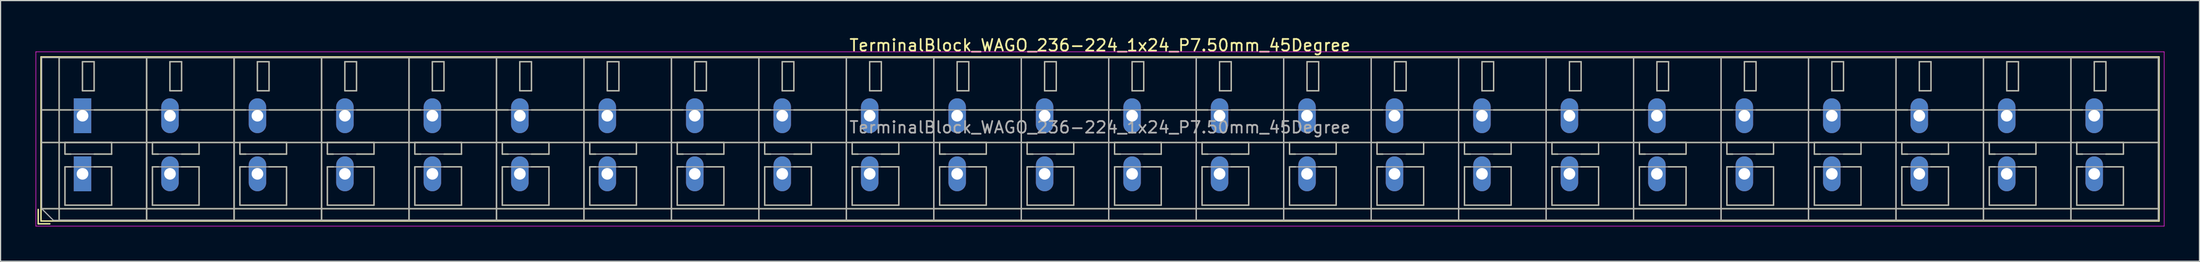
<source format=kicad_pcb>
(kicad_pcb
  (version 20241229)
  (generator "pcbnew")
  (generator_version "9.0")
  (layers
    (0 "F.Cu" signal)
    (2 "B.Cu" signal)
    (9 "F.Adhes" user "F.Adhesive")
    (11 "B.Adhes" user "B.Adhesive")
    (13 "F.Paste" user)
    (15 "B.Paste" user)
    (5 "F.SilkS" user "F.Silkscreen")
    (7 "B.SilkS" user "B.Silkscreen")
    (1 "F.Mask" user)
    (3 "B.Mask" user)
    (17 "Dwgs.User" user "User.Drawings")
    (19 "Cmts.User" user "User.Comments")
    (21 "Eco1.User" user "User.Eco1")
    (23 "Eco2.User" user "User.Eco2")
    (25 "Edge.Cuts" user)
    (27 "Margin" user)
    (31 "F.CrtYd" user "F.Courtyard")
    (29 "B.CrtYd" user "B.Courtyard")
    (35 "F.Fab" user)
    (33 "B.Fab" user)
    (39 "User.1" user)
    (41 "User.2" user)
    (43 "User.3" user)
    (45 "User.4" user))
  (footprint "TerminalBlock_WAGO_236-224_1x24_P7.50mm_45Degree"
    (layer "F.Cu")
    (at 4.025 11.908)
    (property "Reference" "TerminalBlock_WAGO_236-224_1x24_P7.50mm_45Degree" (at 87.25 -11.06 0) (layer "F.SilkS") (effects (font (size 1 1) (thickness 0.15))))
    (attr through_hole)
    (fp_line (start -3.8 3.06) (end -3.8 4.3) (stroke (width 0.12) (type solid)) (layer "F.SilkS"))
    (fp_line (start -3.8 4.3) (end -2.8 4.3) (stroke (width 0.12) (type solid)) (layer "F.SilkS"))
    (fp_line (start -3.56 -10.06) (end -3.56 4.06) (stroke (width 0.12) (type solid)) (layer "F.SilkS"))
    (fp_line (start -3.56 -10.06) (end 178.06 -10.06) (stroke (width 0.12) (type solid)) (layer "F.SilkS"))
    (fp_line (start -3.56 -5.5) (end -0.99 -5.5) (stroke (width 0.12) (type solid)) (layer "F.SilkS"))
    (fp_line (start -3.56 -2.7) (end 178.06 -2.7) (stroke (width 0.12) (type solid)) (layer "F.SilkS"))
    (fp_line (start -3.56 3) (end 178.06 3) (stroke (width 0.12) (type solid)) (layer "F.SilkS"))
    (fp_line (start -3.56 4.06) (end 178.06 4.06) (stroke (width 0.12) (type solid)) (layer "F.SilkS"))
    (fp_line (start -2 -10) (end -2 4) (stroke (width 0.12) (type solid)) (layer "F.SilkS"))
    (fp_line (start -2 -10) (end 5.5 -10) (stroke (width 0.12) (type solid)) (layer "F.SilkS"))
    (fp_line (start -2 4) (end 5.5 4) (stroke (width 0.12) (type solid)) (layer "F.SilkS"))
    (fp_line (start -1.5 -2.7) (end -1.5 -1.701) (stroke (width 0.12) (type solid)) (layer "F.SilkS"))
    (fp_line (start -1.5 -2.7) (end 2.5 -2.7) (stroke (width 0.12) (type solid)) (layer "F.SilkS"))
    (fp_line (start -1.5 -1.701) (end -0.99 -1.701) (stroke (width 0.12) (type solid)) (layer "F.SilkS"))
    (fp_line (start -1.5 -0.6) (end -1.5 2.7) (stroke (width 0.12) (type solid)) (layer "F.SilkS"))
    (fp_line (start -1.5 -0.6) (end -0.99 -0.6) (stroke (width 0.12) (type solid)) (layer "F.SilkS"))
    (fp_line (start -1.5 2.7) (end 2.5 2.7) (stroke (width 0.12) (type solid)) (layer "F.SilkS"))
    (fp_line (start 0 -9.65) (end 0 -7.15) (stroke (width 0.12) (type solid)) (layer "F.SilkS"))
    (fp_line (start 0 -9.65) (end 1 -9.65) (stroke (width 0.12) (type solid)) (layer "F.SilkS"))
    (fp_line (start 0 -7.15) (end 1 -7.15) (stroke (width 0.12) (type solid)) (layer "F.SilkS"))
    (fp_line (start 0.99 -5.5) (end 6.51 -5.5) (stroke (width 0.12) (type solid)) (layer "F.SilkS"))
    (fp_line (start 0.99 -1.701) (end 2.5 -1.701) (stroke (width 0.12) (type solid)) (layer "F.SilkS"))
    (fp_line (start 0.99 -0.6) (end 2.5 -0.6) (stroke (width 0.12) (type solid)) (layer "F.SilkS"))
    (fp_line (start 1 -9.65) (end 1 -7.15) (stroke (width 0.12) (type solid)) (layer "F.SilkS"))
    (fp_line (start 2.5 -2.7) (end 2.5 -1.701) (stroke (width 0.12) (type solid)) (layer "F.SilkS"))
    (fp_line (start 2.5 -0.6) (end 2.5 2.7) (stroke (width 0.12) (type solid)) (layer "F.SilkS"))
    (fp_line (start 5.5 -10) (end 5.5 4) (stroke (width 0.12) (type solid)) (layer "F.SilkS"))
    (fp_line (start 5.5 -10) (end 5.5 4) (stroke (width 0.12) (type solid)) (layer "F.SilkS"))
    (fp_line (start 5.5 -10) (end 13 -10) (stroke (width 0.12) (type solid)) (layer "F.SilkS"))
    (fp_line (start 5.5 4) (end 13 4) (stroke (width 0.12) (type solid)) (layer "F.SilkS"))
    (fp_line (start 6 -2.7) (end 6 -1.701) (stroke (width 0.12) (type solid)) (layer "F.SilkS"))
    (fp_line (start 6 -2.7) (end 10 -2.7) (stroke (width 0.12) (type solid)) (layer "F.SilkS"))
    (fp_line (start 6 -1.701) (end 6.51 -1.701) (stroke (width 0.12) (type solid)) (layer "F.SilkS"))
    (fp_line (start 6 -0.6) (end 6 2.7) (stroke (width 0.12) (type solid)) (layer "F.SilkS"))
    (fp_line (start 6 -0.6) (end 6.51 -0.6) (stroke (width 0.12) (type solid)) (layer "F.SilkS"))
    (fp_line (start 6 2.7) (end 10 2.7) (stroke (width 0.12) (type solid)) (layer "F.SilkS"))
    (fp_line (start 7.5 -9.65) (end 7.5 -7.15) (stroke (width 0.12) (type solid)) (layer "F.SilkS"))
    (fp_line (start 7.5 -9.65) (end 8.5 -9.65) (stroke (width 0.12) (type solid)) (layer "F.SilkS"))
    (fp_line (start 7.5 -7.15) (end 8.5 -7.15) (stroke (width 0.12) (type solid)) (layer "F.SilkS"))
    (fp_line (start 8.49 -5.5) (end 14.01 -5.5) (stroke (width 0.12) (type solid)) (layer "F.SilkS"))
    (fp_line (start 8.49 -1.701) (end 10 -1.701) (stroke (width 0.12) (type solid)) (layer "F.SilkS"))
    (fp_line (start 8.49 -0.6) (end 10 -0.6) (stroke (width 0.12) (type solid)) (layer "F.SilkS"))
    (fp_line (start 8.5 -9.65) (end 8.5 -7.15) (stroke (width 0.12) (type solid)) (layer "F.SilkS"))
    (fp_line (start 10 -2.7) (end 10 -1.701) (stroke (width 0.12) (type solid)) (layer "F.SilkS"))
    (fp_line (start 10 -0.6) (end 10 2.7) (stroke (width 0.12) (type solid)) (layer "F.SilkS"))
    (fp_line (start 13 -10) (end 13 4) (stroke (width 0.12) (type solid)) (layer "F.SilkS"))
    (fp_line (start 13 -10) (end 13 4) (stroke (width 0.12) (type solid)) (layer "F.SilkS"))
    (fp_line (start 13 -10) (end 20.5 -10) (stroke (width 0.12) (type solid)) (layer "F.SilkS"))
    (fp_line (start 13 4) (end 20.5 4) (stroke (width 0.12) (type solid)) (layer "F.SilkS"))
    (fp_line (start 13.5 -2.7) (end 13.5 -1.701) (stroke (width 0.12) (type solid)) (layer "F.SilkS"))
    (fp_line (start 13.5 -2.7) (end 17.5 -2.7) (stroke (width 0.12) (type solid)) (layer "F.SilkS"))
    (fp_line (start 13.5 -1.701) (end 14.01 -1.701) (stroke (width 0.12) (type solid)) (layer "F.SilkS"))
    (fp_line (start 13.5 -0.6) (end 13.5 2.7) (stroke (width 0.12) (type solid)) (layer "F.SilkS"))
    (fp_line (start 13.5 -0.6) (end 14.01 -0.6) (stroke (width 0.12) (type solid)) (layer "F.SilkS"))
    (fp_line (start 13.5 2.7) (end 17.5 2.7) (stroke (width 0.12) (type solid)) (layer "F.SilkS"))
    (fp_line (start 15 -9.65) (end 15 -7.15) (stroke (width 0.12) (type solid)) (layer "F.SilkS"))
    (fp_line (start 15 -9.65) (end 16 -9.65) (stroke (width 0.12) (type solid)) (layer "F.SilkS"))
    (fp_line (start 15 -7.15) (end 16 -7.15) (stroke (width 0.12) (type solid)) (layer "F.SilkS"))
    (fp_line (start 15.99 -5.5) (end 21.51 -5.5) (stroke (width 0.12) (type solid)) (layer "F.SilkS"))
    (fp_line (start 15.99 -1.701) (end 17.5 -1.701) (stroke (width 0.12) (type solid)) (layer "F.SilkS"))
    (fp_line (start 15.99 -0.6) (end 17.5 -0.6) (stroke (width 0.12) (type solid)) (layer "F.SilkS"))
    (fp_line (start 16 -9.65) (end 16 -7.15) (stroke (width 0.12) (type solid)) (layer "F.SilkS"))
    (fp_line (start 17.5 -2.7) (end 17.5 -1.701) (stroke (width 0.12) (type solid)) (layer "F.SilkS"))
    (fp_line (start 17.5 -0.6) (end 17.5 2.7) (stroke (width 0.12) (type solid)) (layer "F.SilkS"))
    (fp_line (start 20.5 -10) (end 20.5 4) (stroke (width 0.12) (type solid)) (layer "F.SilkS"))
    (fp_line (start 20.5 -10) (end 20.5 4) (stroke (width 0.12) (type solid)) (layer "F.SilkS"))
    (fp_line (start 20.5 -10) (end 28 -10) (stroke (width 0.12) (type solid)) (layer "F.SilkS"))
    (fp_line (start 20.5 4) (end 28 4) (stroke (width 0.12) (type solid)) (layer "F.SilkS"))
    (fp_line (start 21 -2.7) (end 21 -1.701) (stroke (width 0.12) (type solid)) (layer "F.SilkS"))
    (fp_line (start 21 -2.7) (end 25 -2.7) (stroke (width 0.12) (type solid)) (layer "F.SilkS"))
    (fp_line (start 21 -1.701) (end 21.51 -1.701) (stroke (width 0.12) (type solid)) (layer "F.SilkS"))
    (fp_line (start 21 -0.6) (end 21 2.7) (stroke (width 0.12) (type solid)) (layer "F.SilkS"))
    (fp_line (start 21 -0.6) (end 21.51 -0.6) (stroke (width 0.12) (type solid)) (layer "F.SilkS"))
    (fp_line (start 21 2.7) (end 25 2.7) (stroke (width 0.12) (type solid)) (layer "F.SilkS"))
    (fp_line (start 22.5 -9.65) (end 22.5 -7.15) (stroke (width 0.12) (type solid)) (layer "F.SilkS"))
    (fp_line (start 22.5 -9.65) (end 23.5 -9.65) (stroke (width 0.12) (type solid)) (layer "F.SilkS"))
    (fp_line (start 22.5 -7.15) (end 23.5 -7.15) (stroke (width 0.12) (type solid)) (layer "F.SilkS"))
    (fp_line (start 23.49 -5.5) (end 29.01 -5.5) (stroke (width 0.12) (type solid)) (layer "F.SilkS"))
    (fp_line (start 23.49 -1.701) (end 25 -1.701) (stroke (width 0.12) (type solid)) (layer "F.SilkS"))
    (fp_line (start 23.49 -0.6) (end 25 -0.6) (stroke (width 0.12) (type solid)) (layer "F.SilkS"))
    (fp_line (start 23.5 -9.65) (end 23.5 -7.15) (stroke (width 0.12) (type solid)) (layer "F.SilkS"))
    (fp_line (start 25 -2.7) (end 25 -1.701) (stroke (width 0.12) (type solid)) (layer "F.SilkS"))
    (fp_line (start 25 -0.6) (end 25 2.7) (stroke (width 0.12) (type solid)) (layer "F.SilkS"))
    (fp_line (start 28 -10) (end 28 4) (stroke (width 0.12) (type solid)) (layer "F.SilkS"))
    (fp_line (start 28 -10) (end 28 4) (stroke (width 0.12) (type solid)) (layer "F.SilkS"))
    (fp_line (start 28 -10) (end 35.5 -10) (stroke (width 0.12) (type solid)) (layer "F.SilkS"))
    (fp_line (start 28 4) (end 35.5 4) (stroke (width 0.12) (type solid)) (layer "F.SilkS"))
    (fp_line (start 28.5 -2.7) (end 28.5 -1.701) (stroke (width 0.12) (type solid)) (layer "F.SilkS"))
    (fp_line (start 28.5 -2.7) (end 32.5 -2.7) (stroke (width 0.12) (type solid)) (layer "F.SilkS"))
    (fp_line (start 28.5 -1.701) (end 29.01 -1.701) (stroke (width 0.12) (type solid)) (layer "F.SilkS"))
    (fp_line (start 28.5 -0.6) (end 28.5 2.7) (stroke (width 0.12) (type solid)) (layer "F.SilkS"))
    (fp_line (start 28.5 -0.6) (end 29.01 -0.6) (stroke (width 0.12) (type solid)) (layer "F.SilkS"))
    (fp_line (start 28.5 2.7) (end 32.5 2.7) (stroke (width 0.12) (type solid)) (layer "F.SilkS"))
    (fp_line (start 30 -9.65) (end 30 -7.15) (stroke (width 0.12) (type solid)) (layer "F.SilkS"))
    (fp_line (start 30 -9.65) (end 31 -9.65) (stroke (width 0.12) (type solid)) (layer "F.SilkS"))
    (fp_line (start 30 -7.15) (end 31 -7.15) (stroke (width 0.12) (type solid)) (layer "F.SilkS"))
    (fp_line (start 30.99 -5.5) (end 36.51 -5.5) (stroke (width 0.12) (type solid)) (layer "F.SilkS"))
    (fp_line (start 30.99 -1.701) (end 32.5 -1.701) (stroke (width 0.12) (type solid)) (layer "F.SilkS"))
    (fp_line (start 30.99 -0.6) (end 32.5 -0.6) (stroke (width 0.12) (type solid)) (layer "F.SilkS"))
    (fp_line (start 31 -9.65) (end 31 -7.15) (stroke (width 0.12) (type solid)) (layer "F.SilkS"))
    (fp_line (start 32.5 -2.7) (end 32.5 -1.701) (stroke (width 0.12) (type solid)) (layer "F.SilkS"))
    (fp_line (start 32.5 -0.6) (end 32.5 2.7) (stroke (width 0.12) (type solid)) (layer "F.SilkS"))
    (fp_line (start 35.5 -10) (end 35.5 4) (stroke (width 0.12) (type solid)) (layer "F.SilkS"))
    (fp_line (start 35.5 -10) (end 35.5 4) (stroke (width 0.12) (type solid)) (layer "F.SilkS"))
    (fp_line (start 35.5 -10) (end 43 -10) (stroke (width 0.12) (type solid)) (layer "F.SilkS"))
    (fp_line (start 35.5 4) (end 43 4) (stroke (width 0.12) (type solid)) (layer "F.SilkS"))
    (fp_line (start 36 -2.7) (end 36 -1.701) (stroke (width 0.12) (type solid)) (layer "F.SilkS"))
    (fp_line (start 36 -2.7) (end 40 -2.7) (stroke (width 0.12) (type solid)) (layer "F.SilkS"))
    (fp_line (start 36 -1.701) (end 36.51 -1.701) (stroke (width 0.12) (type solid)) (layer "F.SilkS"))
    (fp_line (start 36 -0.6) (end 36 2.7) (stroke (width 0.12) (type solid)) (layer "F.SilkS"))
    (fp_line (start 36 -0.6) (end 36.51 -0.6) (stroke (width 0.12) (type solid)) (layer "F.SilkS"))
    (fp_line (start 36 2.7) (end 40 2.7) (stroke (width 0.12) (type solid)) (layer "F.SilkS"))
    (fp_line (start 37.5 -9.65) (end 37.5 -7.15) (stroke (width 0.12) (type solid)) (layer "F.SilkS"))
    (fp_line (start 37.5 -9.65) (end 38.5 -9.65) (stroke (width 0.12) (type solid)) (layer "F.SilkS"))
    (fp_line (start 37.5 -7.15) (end 38.5 -7.15) (stroke (width 0.12) (type solid)) (layer "F.SilkS"))
    (fp_line (start 38.49 -5.5) (end 44.01 -5.5) (stroke (width 0.12) (type solid)) (layer "F.SilkS"))
    (fp_line (start 38.49 -1.701) (end 40 -1.701) (stroke (width 0.12) (type solid)) (layer "F.SilkS"))
    (fp_line (start 38.49 -0.6) (end 40 -0.6) (stroke (width 0.12) (type solid)) (layer "F.SilkS"))
    (fp_line (start 38.5 -9.65) (end 38.5 -7.15) (stroke (width 0.12) (type solid)) (layer "F.SilkS"))
    (fp_line (start 40 -2.7) (end 40 -1.701) (stroke (width 0.12) (type solid)) (layer "F.SilkS"))
    (fp_line (start 40 -0.6) (end 40 2.7) (stroke (width 0.12) (type solid)) (layer "F.SilkS"))
    (fp_line (start 43 -10) (end 43 4) (stroke (width 0.12) (type solid)) (layer "F.SilkS"))
    (fp_line (start 43 -10) (end 43 4) (stroke (width 0.12) (type solid)) (layer "F.SilkS"))
    (fp_line (start 43 -10) (end 50.5 -10) (stroke (width 0.12) (type solid)) (layer "F.SilkS"))
    (fp_line (start 43 4) (end 50.5 4) (stroke (width 0.12) (type solid)) (layer "F.SilkS"))
    (fp_line (start 43.5 -2.7) (end 43.5 -1.701) (stroke (width 0.12) (type solid)) (layer "F.SilkS"))
    (fp_line (start 43.5 -2.7) (end 47.5 -2.7) (stroke (width 0.12) (type solid)) (layer "F.SilkS"))
    (fp_line (start 43.5 -1.701) (end 44.01 -1.701) (stroke (width 0.12) (type solid)) (layer "F.SilkS"))
    (fp_line (start 43.5 -0.6) (end 43.5 2.7) (stroke (width 0.12) (type solid)) (layer "F.SilkS"))
    (fp_line (start 43.5 -0.6) (end 44.01 -0.6) (stroke (width 0.12) (type solid)) (layer "F.SilkS"))
    (fp_line (start 43.5 2.7) (end 47.5 2.7) (stroke (width 0.12) (type solid)) (layer "F.SilkS"))
    (fp_line (start 45 -9.65) (end 45 -7.15) (stroke (width 0.12) (type solid)) (layer "F.SilkS"))
    (fp_line (start 45 -9.65) (end 46 -9.65) (stroke (width 0.12) (type solid)) (layer "F.SilkS"))
    (fp_line (start 45 -7.15) (end 46 -7.15) (stroke (width 0.12) (type solid)) (layer "F.SilkS"))
    (fp_line (start 45.99 -5.5) (end 51.51 -5.5) (stroke (width 0.12) (type solid)) (layer "F.SilkS"))
    (fp_line (start 45.99 -1.701) (end 47.5 -1.701) (stroke (width 0.12) (type solid)) (layer "F.SilkS"))
    (fp_line (start 45.99 -0.6) (end 47.5 -0.6) (stroke (width 0.12) (type solid)) (layer "F.SilkS"))
    (fp_line (start 46 -9.65) (end 46 -7.15) (stroke (width 0.12) (type solid)) (layer "F.SilkS"))
    (fp_line (start 47.5 -2.7) (end 47.5 -1.701) (stroke (width 0.12) (type solid)) (layer "F.SilkS"))
    (fp_line (start 47.5 -0.6) (end 47.5 2.7) (stroke (width 0.12) (type solid)) (layer "F.SilkS"))
    (fp_line (start 50.5 -10) (end 50.5 4) (stroke (width 0.12) (type solid)) (layer "F.SilkS"))
    (fp_line (start 50.5 -10) (end 50.5 4) (stroke (width 0.12) (type solid)) (layer "F.SilkS"))
    (fp_line (start 50.5 -10) (end 58 -10) (stroke (width 0.12) (type solid)) (layer "F.SilkS"))
    (fp_line (start 50.5 4) (end 58 4) (stroke (width 0.12) (type solid)) (layer "F.SilkS"))
    (fp_line (start 51 -2.7) (end 51 -1.701) (stroke (width 0.12) (type solid)) (layer "F.SilkS"))
    (fp_line (start 51 -2.7) (end 55 -2.7) (stroke (width 0.12) (type solid)) (layer "F.SilkS"))
    (fp_line (start 51 -1.701) (end 51.51 -1.701) (stroke (width 0.12) (type solid)) (layer "F.SilkS"))
    (fp_line (start 51 -0.6) (end 51 2.7) (stroke (width 0.12) (type solid)) (layer "F.SilkS"))
    (fp_line (start 51 -0.6) (end 51.51 -0.6) (stroke (width 0.12) (type solid)) (layer "F.SilkS"))
    (fp_line (start 51 2.7) (end 55 2.7) (stroke (width 0.12) (type solid)) (layer "F.SilkS"))
    (fp_line (start 52.5 -9.65) (end 52.5 -7.15) (stroke (width 0.12) (type solid)) (layer "F.SilkS"))
    (fp_line (start 52.5 -9.65) (end 53.5 -9.65) (stroke (width 0.12) (type solid)) (layer "F.SilkS"))
    (fp_line (start 52.5 -7.15) (end 53.5 -7.15) (stroke (width 0.12) (type solid)) (layer "F.SilkS"))
    (fp_line (start 53.49 -5.5) (end 59.01 -5.5) (stroke (width 0.12) (type solid)) (layer "F.SilkS"))
    (fp_line (start 53.49 -1.701) (end 55 -1.701) (stroke (width 0.12) (type solid)) (layer "F.SilkS"))
    (fp_line (start 53.49 -0.6) (end 55 -0.6) (stroke (width 0.12) (type solid)) (layer "F.SilkS"))
    (fp_line (start 53.5 -9.65) (end 53.5 -7.15) (stroke (width 0.12) (type solid)) (layer "F.SilkS"))
    (fp_line (start 55 -2.7) (end 55 -1.701) (stroke (width 0.12) (type solid)) (layer "F.SilkS"))
    (fp_line (start 55 -0.6) (end 55 2.7) (stroke (width 0.12) (type solid)) (layer "F.SilkS"))
    (fp_line (start 58 -10) (end 58 4) (stroke (width 0.12) (type solid)) (layer "F.SilkS"))
    (fp_line (start 58 -10) (end 58 4) (stroke (width 0.12) (type solid)) (layer "F.SilkS"))
    (fp_line (start 58 -10) (end 65.5 -10) (stroke (width 0.12) (type solid)) (layer "F.SilkS"))
    (fp_line (start 58 4) (end 65.5 4) (stroke (width 0.12) (type solid)) (layer "F.SilkS"))
    (fp_line (start 58.5 -2.7) (end 58.5 -1.701) (stroke (width 0.12) (type solid)) (layer "F.SilkS"))
    (fp_line (start 58.5 -2.7) (end 62.5 -2.7) (stroke (width 0.12) (type solid)) (layer "F.SilkS"))
    (fp_line (start 58.5 -1.701) (end 59.01 -1.701) (stroke (width 0.12) (type solid)) (layer "F.SilkS"))
    (fp_line (start 58.5 -0.6) (end 58.5 2.7) (stroke (width 0.12) (type solid)) (layer "F.SilkS"))
    (fp_line (start 58.5 -0.6) (end 59.01 -0.6) (stroke (width 0.12) (type solid)) (layer "F.SilkS"))
    (fp_line (start 58.5 2.7) (end 62.5 2.7) (stroke (width 0.12) (type solid)) (layer "F.SilkS"))
    (fp_line (start 60 -9.65) (end 60 -7.15) (stroke (width 0.12) (type solid)) (layer "F.SilkS"))
    (fp_line (start 60 -9.65) (end 61 -9.65) (stroke (width 0.12) (type solid)) (layer "F.SilkS"))
    (fp_line (start 60 -7.15) (end 61 -7.15) (stroke (width 0.12) (type solid)) (layer "F.SilkS"))
    (fp_line (start 60.99 -5.5) (end 66.51 -5.5) (stroke (width 0.12) (type solid)) (layer "F.SilkS"))
    (fp_line (start 60.99 -1.701) (end 62.5 -1.701) (stroke (width 0.12) (type solid)) (layer "F.SilkS"))
    (fp_line (start 60.99 -0.6) (end 62.5 -0.6) (stroke (width 0.12) (type solid)) (layer "F.SilkS"))
    (fp_line (start 61 -9.65) (end 61 -7.15) (stroke (width 0.12) (type solid)) (layer "F.SilkS"))
    (fp_line (start 62.5 -2.7) (end 62.5 -1.701) (stroke (width 0.12) (type solid)) (layer "F.SilkS"))
    (fp_line (start 62.5 -0.6) (end 62.5 2.7) (stroke (width 0.12) (type solid)) (layer "F.SilkS"))
    (fp_line (start 65.5 -10) (end 65.5 4) (stroke (width 0.12) (type solid)) (layer "F.SilkS"))
    (fp_line (start 65.5 -10) (end 65.5 4) (stroke (width 0.12) (type solid)) (layer "F.SilkS"))
    (fp_line (start 65.5 -10) (end 73 -10) (stroke (width 0.12) (type solid)) (layer "F.SilkS"))
    (fp_line (start 65.5 4) (end 73 4) (stroke (width 0.12) (type solid)) (layer "F.SilkS"))
    (fp_line (start 66 -2.7) (end 66 -1.701) (stroke (width 0.12) (type solid)) (layer "F.SilkS"))
    (fp_line (start 66 -2.7) (end 70 -2.7) (stroke (width 0.12) (type solid)) (layer "F.SilkS"))
    (fp_line (start 66 -1.701) (end 66.51 -1.701) (stroke (width 0.12) (type solid)) (layer "F.SilkS"))
    (fp_line (start 66 -0.6) (end 66 2.7) (stroke (width 0.12) (type solid)) (layer "F.SilkS"))
    (fp_line (start 66 -0.6) (end 66.51 -0.6) (stroke (width 0.12) (type solid)) (layer "F.SilkS"))
    (fp_line (start 66 2.7) (end 70 2.7) (stroke (width 0.12) (type solid)) (layer "F.SilkS"))
    (fp_line (start 67.5 -9.65) (end 67.5 -7.15) (stroke (width 0.12) (type solid)) (layer "F.SilkS"))
    (fp_line (start 67.5 -9.65) (end 68.5 -9.65) (stroke (width 0.12) (type solid)) (layer "F.SilkS"))
    (fp_line (start 67.5 -7.15) (end 68.5 -7.15) (stroke (width 0.12) (type solid)) (layer "F.SilkS"))
    (fp_line (start 68.49 -5.5) (end 74.01 -5.5) (stroke (width 0.12) (type solid)) (layer "F.SilkS"))
    (fp_line (start 68.49 -1.701) (end 70 -1.701) (stroke (width 0.12) (type solid)) (layer "F.SilkS"))
    (fp_line (start 68.49 -0.6) (end 70 -0.6) (stroke (width 0.12) (type solid)) (layer "F.SilkS"))
    (fp_line (start 68.5 -9.65) (end 68.5 -7.15) (stroke (width 0.12) (type solid)) (layer "F.SilkS"))
    (fp_line (start 70 -2.7) (end 70 -1.701) (stroke (width 0.12) (type solid)) (layer "F.SilkS"))
    (fp_line (start 70 -0.6) (end 70 2.7) (stroke (width 0.12) (type solid)) (layer "F.SilkS"))
    (fp_line (start 73 -10) (end 73 4) (stroke (width 0.12) (type solid)) (layer "F.SilkS"))
    (fp_line (start 73 -10) (end 73 4) (stroke (width 0.12) (type solid)) (layer "F.SilkS"))
    (fp_line (start 73 -10) (end 80.5 -10) (stroke (width 0.12) (type solid)) (layer "F.SilkS"))
    (fp_line (start 73 4) (end 80.5 4) (stroke (width 0.12) (type solid)) (layer "F.SilkS"))
    (fp_line (start 73.5 -2.7) (end 73.5 -1.701) (stroke (width 0.12) (type solid)) (layer "F.SilkS"))
    (fp_line (start 73.5 -2.7) (end 77.5 -2.7) (stroke (width 0.12) (type solid)) (layer "F.SilkS"))
    (fp_line (start 73.5 -1.701) (end 74.01 -1.701) (stroke (width 0.12) (type solid)) (layer "F.SilkS"))
    (fp_line (start 73.5 -0.6) (end 73.5 2.7) (stroke (width 0.12) (type solid)) (layer "F.SilkS"))
    (fp_line (start 73.5 -0.6) (end 74.01 -0.6) (stroke (width 0.12) (type solid)) (layer "F.SilkS"))
    (fp_line (start 73.5 2.7) (end 77.5 2.7) (stroke (width 0.12) (type solid)) (layer "F.SilkS"))
    (fp_line (start 75 -9.65) (end 75 -7.15) (stroke (width 0.12) (type solid)) (layer "F.SilkS"))
    (fp_line (start 75 -9.65) (end 76 -9.65) (stroke (width 0.12) (type solid)) (layer "F.SilkS"))
    (fp_line (start 75 -7.15) (end 76 -7.15) (stroke (width 0.12) (type solid)) (layer "F.SilkS"))
    (fp_line (start 75.99 -5.5) (end 81.51 -5.5) (stroke (width 0.12) (type solid)) (layer "F.SilkS"))
    (fp_line (start 75.99 -1.701) (end 77.5 -1.701) (stroke (width 0.12) (type solid)) (layer "F.SilkS"))
    (fp_line (start 75.99 -0.6) (end 77.5 -0.6) (stroke (width 0.12) (type solid)) (layer "F.SilkS"))
    (fp_line (start 76 -9.65) (end 76 -7.15) (stroke (width 0.12) (type solid)) (layer "F.SilkS"))
    (fp_line (start 77.5 -2.7) (end 77.5 -1.701) (stroke (width 0.12) (type solid)) (layer "F.SilkS"))
    (fp_line (start 77.5 -0.6) (end 77.5 2.7) (stroke (width 0.12) (type solid)) (layer "F.SilkS"))
    (fp_line (start 80.5 -10) (end 80.5 4) (stroke (width 0.12) (type solid)) (layer "F.SilkS"))
    (fp_line (start 80.5 -10) (end 80.5 4) (stroke (width 0.12) (type solid)) (layer "F.SilkS"))
    (fp_line (start 80.5 -10) (end 88 -10) (stroke (width 0.12) (type solid)) (layer "F.SilkS"))
    (fp_line (start 80.5 4) (end 88 4) (stroke (width 0.12) (type solid)) (layer "F.SilkS"))
    (fp_line (start 81 -2.7) (end 81 -1.701) (stroke (width 0.12) (type solid)) (layer "F.SilkS"))
    (fp_line (start 81 -2.7) (end 85 -2.7) (stroke (width 0.12) (type solid)) (layer "F.SilkS"))
    (fp_line (start 81 -1.701) (end 81.51 -1.701) (stroke (width 0.12) (type solid)) (layer "F.SilkS"))
    (fp_line (start 81 -0.6) (end 81 2.7) (stroke (width 0.12) (type solid)) (layer "F.SilkS"))
    (fp_line (start 81 -0.6) (end 81.51 -0.6) (stroke (width 0.12) (type solid)) (layer "F.SilkS"))
    (fp_line (start 81 2.7) (end 85 2.7) (stroke (width 0.12) (type solid)) (layer "F.SilkS"))
    (fp_line (start 82.5 -9.65) (end 82.5 -7.15) (stroke (width 0.12) (type solid)) (layer "F.SilkS"))
    (fp_line (start 82.5 -9.65) (end 83.5 -9.65) (stroke (width 0.12) (type solid)) (layer "F.SilkS"))
    (fp_line (start 82.5 -7.15) (end 83.5 -7.15) (stroke (width 0.12) (type solid)) (layer "F.SilkS"))
    (fp_line (start 83.49 -5.5) (end 89.01 -5.5) (stroke (width 0.12) (type solid)) (layer "F.SilkS"))
    (fp_line (start 83.49 -1.701) (end 85 -1.701) (stroke (width 0.12) (type solid)) (layer "F.SilkS"))
    (fp_line (start 83.49 -0.6) (end 85 -0.6) (stroke (width 0.12) (type solid)) (layer "F.SilkS"))
    (fp_line (start 83.5 -9.65) (end 83.5 -7.15) (stroke (width 0.12) (type solid)) (layer "F.SilkS"))
    (fp_line (start 85 -2.7) (end 85 -1.701) (stroke (width 0.12) (type solid)) (layer "F.SilkS"))
    (fp_line (start 85 -0.6) (end 85 2.7) (stroke (width 0.12) (type solid)) (layer "F.SilkS"))
    (fp_line (start 88 -10) (end 88 4) (stroke (width 0.12) (type solid)) (layer "F.SilkS"))
    (fp_line (start 88 -10) (end 88 4) (stroke (width 0.12) (type solid)) (layer "F.SilkS"))
    (fp_line (start 88 -10) (end 95.5 -10) (stroke (width 0.12) (type solid)) (layer "F.SilkS"))
    (fp_line (start 88 4) (end 95.5 4) (stroke (width 0.12) (type solid)) (layer "F.SilkS"))
    (fp_line (start 88.5 -2.7) (end 88.5 -1.701) (stroke (width 0.12) (type solid)) (layer "F.SilkS"))
    (fp_line (start 88.5 -2.7) (end 92.5 -2.7) (stroke (width 0.12) (type solid)) (layer "F.SilkS"))
    (fp_line (start 88.5 -1.701) (end 89.01 -1.701) (stroke (width 0.12) (type solid)) (layer "F.SilkS"))
    (fp_line (start 88.5 -0.6) (end 88.5 2.7) (stroke (width 0.12) (type solid)) (layer "F.SilkS"))
    (fp_line (start 88.5 -0.6) (end 89.01 -0.6) (stroke (width 0.12) (type solid)) (layer "F.SilkS"))
    (fp_line (start 88.5 2.7) (end 92.5 2.7) (stroke (width 0.12) (type solid)) (layer "F.SilkS"))
    (fp_line (start 90 -9.65) (end 90 -7.15) (stroke (width 0.12) (type solid)) (layer "F.SilkS"))
    (fp_line (start 90 -9.65) (end 91 -9.65) (stroke (width 0.12) (type solid)) (layer "F.SilkS"))
    (fp_line (start 90 -7.15) (end 91 -7.15) (stroke (width 0.12) (type solid)) (layer "F.SilkS"))
    (fp_line (start 90.99 -5.5) (end 96.51 -5.5) (stroke (width 0.12) (type solid)) (layer "F.SilkS"))
    (fp_line (start 90.99 -1.701) (end 92.5 -1.701) (stroke (width 0.12) (type solid)) (layer "F.SilkS"))
    (fp_line (start 90.99 -0.6) (end 92.5 -0.6) (stroke (width 0.12) (type solid)) (layer "F.SilkS"))
    (fp_line (start 91 -9.65) (end 91 -7.15) (stroke (width 0.12) (type solid)) (layer "F.SilkS"))
    (fp_line (start 92.5 -2.7) (end 92.5 -1.701) (stroke (width 0.12) (type solid)) (layer "F.SilkS"))
    (fp_line (start 92.5 -0.6) (end 92.5 2.7) (stroke (width 0.12) (type solid)) (layer "F.SilkS"))
    (fp_line (start 95.5 -10) (end 95.5 4) (stroke (width 0.12) (type solid)) (layer "F.SilkS"))
    (fp_line (start 95.5 -10) (end 95.5 4) (stroke (width 0.12) (type solid)) (layer "F.SilkS"))
    (fp_line (start 95.5 -10) (end 103 -10) (stroke (width 0.12) (type solid)) (layer "F.SilkS"))
    (fp_line (start 95.5 4) (end 103 4) (stroke (width 0.12) (type solid)) (layer "F.SilkS"))
    (fp_line (start 96 -2.7) (end 96 -1.701) (stroke (width 0.12) (type solid)) (layer "F.SilkS"))
    (fp_line (start 96 -2.7) (end 100 -2.7) (stroke (width 0.12) (type solid)) (layer "F.SilkS"))
    (fp_line (start 96 -1.701) (end 96.51 -1.701) (stroke (width 0.12) (type solid)) (layer "F.SilkS"))
    (fp_line (start 96 -0.6) (end 96 2.7) (stroke (width 0.12) (type solid)) (layer "F.SilkS"))
    (fp_line (start 96 -0.6) (end 96.51 -0.6) (stroke (width 0.12) (type solid)) (layer "F.SilkS"))
    (fp_line (start 96 2.7) (end 100 2.7) (stroke (width 0.12) (type solid)) (layer "F.SilkS"))
    (fp_line (start 97.5 -9.65) (end 97.5 -7.15) (stroke (width 0.12) (type solid)) (layer "F.SilkS"))
    (fp_line (start 97.5 -9.65) (end 98.5 -9.65) (stroke (width 0.12) (type solid)) (layer "F.SilkS"))
    (fp_line (start 97.5 -7.15) (end 98.5 -7.15) (stroke (width 0.12) (type solid)) (layer "F.SilkS"))
    (fp_line (start 98.49 -5.5) (end 104.01 -5.5) (stroke (width 0.12) (type solid)) (layer "F.SilkS"))
    (fp_line (start 98.49 -1.701) (end 100 -1.701) (stroke (width 0.12) (type solid)) (layer "F.SilkS"))
    (fp_line (start 98.49 -0.6) (end 100 -0.6) (stroke (width 0.12) (type solid)) (layer "F.SilkS"))
    (fp_line (start 98.5 -9.65) (end 98.5 -7.15) (stroke (width 0.12) (type solid)) (layer "F.SilkS"))
    (fp_line (start 100 -2.7) (end 100 -1.701) (stroke (width 0.12) (type solid)) (layer "F.SilkS"))
    (fp_line (start 100 -0.6) (end 100 2.7) (stroke (width 0.12) (type solid)) (layer "F.SilkS"))
    (fp_line (start 103 -10) (end 103 4) (stroke (width 0.12) (type solid)) (layer "F.SilkS"))
    (fp_line (start 103 -10) (end 103 4) (stroke (width 0.12) (type solid)) (layer "F.SilkS"))
    (fp_line (start 103 -10) (end 110.5 -10) (stroke (width 0.12) (type solid)) (layer "F.SilkS"))
    (fp_line (start 103 4) (end 110.5 4) (stroke (width 0.12) (type solid)) (layer "F.SilkS"))
    (fp_line (start 103.5 -2.7) (end 103.5 -1.701) (stroke (width 0.12) (type solid)) (layer "F.SilkS"))
    (fp_line (start 103.5 -2.7) (end 107.5 -2.7) (stroke (width 0.12) (type solid)) (layer "F.SilkS"))
    (fp_line (start 103.5 -1.701) (end 104.01 -1.701) (stroke (width 0.12) (type solid)) (layer "F.SilkS"))
    (fp_line (start 103.5 -0.6) (end 103.5 2.7) (stroke (width 0.12) (type solid)) (layer "F.SilkS"))
    (fp_line (start 103.5 -0.6) (end 104.01 -0.6) (stroke (width 0.12) (type solid)) (layer "F.SilkS"))
    (fp_line (start 103.5 2.7) (end 107.5 2.7) (stroke (width 0.12) (type solid)) (layer "F.SilkS"))
    (fp_line (start 105 -9.65) (end 105 -7.15) (stroke (width 0.12) (type solid)) (layer "F.SilkS"))
    (fp_line (start 105 -9.65) (end 106 -9.65) (stroke (width 0.12) (type solid)) (layer "F.SilkS"))
    (fp_line (start 105 -7.15) (end 106 -7.15) (stroke (width 0.12) (type solid)) (layer "F.SilkS"))
    (fp_line (start 105.99 -5.5) (end 111.51 -5.5) (stroke (width 0.12) (type solid)) (layer "F.SilkS"))
    (fp_line (start 105.99 -1.701) (end 107.5 -1.701) (stroke (width 0.12) (type solid)) (layer "F.SilkS"))
    (fp_line (start 105.99 -0.6) (end 107.5 -0.6) (stroke (width 0.12) (type solid)) (layer "F.SilkS"))
    (fp_line (start 106 -9.65) (end 106 -7.15) (stroke (width 0.12) (type solid)) (layer "F.SilkS"))
    (fp_line (start 107.5 -2.7) (end 107.5 -1.701) (stroke (width 0.12) (type solid)) (layer "F.SilkS"))
    (fp_line (start 107.5 -0.6) (end 107.5 2.7) (stroke (width 0.12) (type solid)) (layer "F.SilkS"))
    (fp_line (start 110.5 -10) (end 110.5 4) (stroke (width 0.12) (type solid)) (layer "F.SilkS"))
    (fp_line (start 110.5 -10) (end 110.5 4) (stroke (width 0.12) (type solid)) (layer "F.SilkS"))
    (fp_line (start 110.5 -10) (end 118 -10) (stroke (width 0.12) (type solid)) (layer "F.SilkS"))
    (fp_line (start 110.5 4) (end 118 4) (stroke (width 0.12) (type solid)) (layer "F.SilkS"))
    (fp_line (start 111 -2.7) (end 111 -1.701) (stroke (width 0.12) (type solid)) (layer "F.SilkS"))
    (fp_line (start 111 -2.7) (end 115 -2.7) (stroke (width 0.12) (type solid)) (layer "F.SilkS"))
    (fp_line (start 111 -1.701) (end 111.51 -1.701) (stroke (width 0.12) (type solid)) (layer "F.SilkS"))
    (fp_line (start 111 -0.6) (end 111 2.7) (stroke (width 0.12) (type solid)) (layer "F.SilkS"))
    (fp_line (start 111 -0.6) (end 111.51 -0.6) (stroke (width 0.12) (type solid)) (layer "F.SilkS"))
    (fp_line (start 111 2.7) (end 115 2.7) (stroke (width 0.12) (type solid)) (layer "F.SilkS"))
    (fp_line (start 112.5 -9.65) (end 112.5 -7.15) (stroke (width 0.12) (type solid)) (layer "F.SilkS"))
    (fp_line (start 112.5 -9.65) (end 113.5 -9.65) (stroke (width 0.12) (type solid)) (layer "F.SilkS"))
    (fp_line (start 112.5 -7.15) (end 113.5 -7.15) (stroke (width 0.12) (type solid)) (layer "F.SilkS"))
    (fp_line (start 113.49 -5.5) (end 119.01 -5.5) (stroke (width 0.12) (type solid)) (layer "F.SilkS"))
    (fp_line (start 113.49 -1.701) (end 115 -1.701) (stroke (width 0.12) (type solid)) (layer "F.SilkS"))
    (fp_line (start 113.49 -0.6) (end 115 -0.6) (stroke (width 0.12) (type solid)) (layer "F.SilkS"))
    (fp_line (start 113.5 -9.65) (end 113.5 -7.15) (stroke (width 0.12) (type solid)) (layer "F.SilkS"))
    (fp_line (start 115 -2.7) (end 115 -1.701) (stroke (width 0.12) (type solid)) (layer "F.SilkS"))
    (fp_line (start 115 -0.6) (end 115 2.7) (stroke (width 0.12) (type solid)) (layer "F.SilkS"))
    (fp_line (start 118 -10) (end 118 4) (stroke (width 0.12) (type solid)) (layer "F.SilkS"))
    (fp_line (start 118 -10) (end 118 4) (stroke (width 0.12) (type solid)) (layer "F.SilkS"))
    (fp_line (start 118 -10) (end 125.5 -10) (stroke (width 0.12) (type solid)) (layer "F.SilkS"))
    (fp_line (start 118 4) (end 125.5 4) (stroke (width 0.12) (type solid)) (layer "F.SilkS"))
    (fp_line (start 118.5 -2.7) (end 118.5 -1.701) (stroke (width 0.12) (type solid)) (layer "F.SilkS"))
    (fp_line (start 118.5 -2.7) (end 122.5 -2.7) (stroke (width 0.12) (type solid)) (layer "F.SilkS"))
    (fp_line (start 118.5 -1.701) (end 119.01 -1.701) (stroke (width 0.12) (type solid)) (layer "F.SilkS"))
    (fp_line (start 118.5 -0.6) (end 118.5 2.7) (stroke (width 0.12) (type solid)) (layer "F.SilkS"))
    (fp_line (start 118.5 -0.6) (end 119.01 -0.6) (stroke (width 0.12) (type solid)) (layer "F.SilkS"))
    (fp_line (start 118.5 2.7) (end 122.5 2.7) (stroke (width 0.12) (type solid)) (layer "F.SilkS"))
    (fp_line (start 120 -9.65) (end 120 -7.15) (stroke (width 0.12) (type solid)) (layer "F.SilkS"))
    (fp_line (start 120 -9.65) (end 121 -9.65) (stroke (width 0.12) (type solid)) (layer "F.SilkS"))
    (fp_line (start 120 -7.15) (end 121 -7.15) (stroke (width 0.12) (type solid)) (layer "F.SilkS"))
    (fp_line (start 120.99 -5.5) (end 126.51 -5.5) (stroke (width 0.12) (type solid)) (layer "F.SilkS"))
    (fp_line (start 120.99 -1.701) (end 122.5 -1.701) (stroke (width 0.12) (type solid)) (layer "F.SilkS"))
    (fp_line (start 120.99 -0.6) (end 122.5 -0.6) (stroke (width 0.12) (type solid)) (layer "F.SilkS"))
    (fp_line (start 121 -9.65) (end 121 -7.15) (stroke (width 0.12) (type solid)) (layer "F.SilkS"))
    (fp_line (start 122.5 -2.7) (end 122.5 -1.701) (stroke (width 0.12) (type solid)) (layer "F.SilkS"))
    (fp_line (start 122.5 -0.6) (end 122.5 2.7) (stroke (width 0.12) (type solid)) (layer "F.SilkS"))
    (fp_line (start 125.5 -10) (end 125.5 4) (stroke (width 0.12) (type solid)) (layer "F.SilkS"))
    (fp_line (start 125.5 -10) (end 125.5 4) (stroke (width 0.12) (type solid)) (layer "F.SilkS"))
    (fp_line (start 125.5 -10) (end 133 -10) (stroke (width 0.12) (type solid)) (layer "F.SilkS"))
    (fp_line (start 125.5 4) (end 133 4) (stroke (width 0.12) (type solid)) (layer "F.SilkS"))
    (fp_line (start 126 -2.7) (end 126 -1.701) (stroke (width 0.12) (type solid)) (layer "F.SilkS"))
    (fp_line (start 126 -2.7) (end 130 -2.7) (stroke (width 0.12) (type solid)) (layer "F.SilkS"))
    (fp_line (start 126 -1.701) (end 126.51 -1.701) (stroke (width 0.12) (type solid)) (layer "F.SilkS"))
    (fp_line (start 126 -0.6) (end 126 2.7) (stroke (width 0.12) (type solid)) (layer "F.SilkS"))
    (fp_line (start 126 -0.6) (end 126.51 -0.6) (stroke (width 0.12) (type solid)) (layer "F.SilkS"))
    (fp_line (start 126 2.7) (end 130 2.7) (stroke (width 0.12) (type solid)) (layer "F.SilkS"))
    (fp_line (start 127.5 -9.65) (end 127.5 -7.15) (stroke (width 0.12) (type solid)) (layer "F.SilkS"))
    (fp_line (start 127.5 -9.65) (end 128.5 -9.65) (stroke (width 0.12) (type solid)) (layer "F.SilkS"))
    (fp_line (start 127.5 -7.15) (end 128.5 -7.15) (stroke (width 0.12) (type solid)) (layer "F.SilkS"))
    (fp_line (start 128.49 -5.5) (end 134.01 -5.5) (stroke (width 0.12) (type solid)) (layer "F.SilkS"))
    (fp_line (start 128.49 -1.701) (end 130 -1.701) (stroke (width 0.12) (type solid)) (layer "F.SilkS"))
    (fp_line (start 128.49 -0.6) (end 130 -0.6) (stroke (width 0.12) (type solid)) (layer "F.SilkS"))
    (fp_line (start 128.5 -9.65) (end 128.5 -7.15) (stroke (width 0.12) (type solid)) (layer "F.SilkS"))
    (fp_line (start 130 -2.7) (end 130 -1.701) (stroke (width 0.12) (type solid)) (layer "F.SilkS"))
    (fp_line (start 130 -0.6) (end 130 2.7) (stroke (width 0.12) (type solid)) (layer "F.SilkS"))
    (fp_line (start 133 -10) (end 133 4) (stroke (width 0.12) (type solid)) (layer "F.SilkS"))
    (fp_line (start 133 -10) (end 133 4) (stroke (width 0.12) (type solid)) (layer "F.SilkS"))
    (fp_line (start 133 -10) (end 140.5 -10) (stroke (width 0.12) (type solid)) (layer "F.SilkS"))
    (fp_line (start 133 4) (end 140.5 4) (stroke (width 0.12) (type solid)) (layer "F.SilkS"))
    (fp_line (start 133.5 -2.7) (end 133.5 -1.701) (stroke (width 0.12) (type solid)) (layer "F.SilkS"))
    (fp_line (start 133.5 -2.7) (end 137.5 -2.7) (stroke (width 0.12) (type solid)) (layer "F.SilkS"))
    (fp_line (start 133.5 -1.701) (end 134.01 -1.701) (stroke (width 0.12) (type solid)) (layer "F.SilkS"))
    (fp_line (start 133.5 -0.6) (end 133.5 2.7) (stroke (width 0.12) (type solid)) (layer "F.SilkS"))
    (fp_line (start 133.5 -0.6) (end 134.01 -0.6) (stroke (width 0.12) (type solid)) (layer "F.SilkS"))
    (fp_line (start 133.5 2.7) (end 137.5 2.7) (stroke (width 0.12) (type solid)) (layer "F.SilkS"))
    (fp_line (start 135 -9.65) (end 135 -7.15) (stroke (width 0.12) (type solid)) (layer "F.SilkS"))
    (fp_line (start 135 -9.65) (end 136 -9.65) (stroke (width 0.12) (type solid)) (layer "F.SilkS"))
    (fp_line (start 135 -7.15) (end 136 -7.15) (stroke (width 0.12) (type solid)) (layer "F.SilkS"))
    (fp_line (start 135.99 -5.5) (end 141.51 -5.5) (stroke (width 0.12) (type solid)) (layer "F.SilkS"))
    (fp_line (start 135.99 -1.701) (end 137.5 -1.701) (stroke (width 0.12) (type solid)) (layer "F.SilkS"))
    (fp_line (start 135.99 -0.6) (end 137.5 -0.6) (stroke (width 0.12) (type solid)) (layer "F.SilkS"))
    (fp_line (start 136 -9.65) (end 136 -7.15) (stroke (width 0.12) (type solid)) (layer "F.SilkS"))
    (fp_line (start 137.5 -2.7) (end 137.5 -1.701) (stroke (width 0.12) (type solid)) (layer "F.SilkS"))
    (fp_line (start 137.5 -0.6) (end 137.5 2.7) (stroke (width 0.12) (type solid)) (layer "F.SilkS"))
    (fp_line (start 140.5 -10) (end 140.5 4) (stroke (width 0.12) (type solid)) (layer "F.SilkS"))
    (fp_line (start 140.5 -10) (end 140.5 4) (stroke (width 0.12) (type solid)) (layer "F.SilkS"))
    (fp_line (start 140.5 -10) (end 148 -10) (stroke (width 0.12) (type solid)) (layer "F.SilkS"))
    (fp_line (start 140.5 4) (end 148 4) (stroke (width 0.12) (type solid)) (layer "F.SilkS"))
    (fp_line (start 141 -2.7) (end 141 -1.701) (stroke (width 0.12) (type solid)) (layer "F.SilkS"))
    (fp_line (start 141 -2.7) (end 145 -2.7) (stroke (width 0.12) (type solid)) (layer "F.SilkS"))
    (fp_line (start 141 -1.701) (end 141.51 -1.701) (stroke (width 0.12) (type solid)) (layer "F.SilkS"))
    (fp_line (start 141 -0.6) (end 141 2.7) (stroke (width 0.12) (type solid)) (layer "F.SilkS"))
    (fp_line (start 141 -0.6) (end 141.51 -0.6) (stroke (width 0.12) (type solid)) (layer "F.SilkS"))
    (fp_line (start 141 2.7) (end 145 2.7) (stroke (width 0.12) (type solid)) (layer "F.SilkS"))
    (fp_line (start 142.5 -9.65) (end 142.5 -7.15) (stroke (width 0.12) (type solid)) (layer "F.SilkS"))
    (fp_line (start 142.5 -9.65) (end 143.5 -9.65) (stroke (width 0.12) (type solid)) (layer "F.SilkS"))
    (fp_line (start 142.5 -7.15) (end 143.5 -7.15) (stroke (width 0.12) (type solid)) (layer "F.SilkS"))
    (fp_line (start 143.49 -5.5) (end 149.01 -5.5) (stroke (width 0.12) (type solid)) (layer "F.SilkS"))
    (fp_line (start 143.49 -1.701) (end 145 -1.701) (stroke (width 0.12) (type solid)) (layer "F.SilkS"))
    (fp_line (start 143.49 -0.6) (end 145 -0.6) (stroke (width 0.12) (type solid)) (layer "F.SilkS"))
    (fp_line (start 143.5 -9.65) (end 143.5 -7.15) (stroke (width 0.12) (type solid)) (layer "F.SilkS"))
    (fp_line (start 145 -2.7) (end 145 -1.701) (stroke (width 0.12) (type solid)) (layer "F.SilkS"))
    (fp_line (start 145 -0.6) (end 145 2.7) (stroke (width 0.12) (type solid)) (layer "F.SilkS"))
    (fp_line (start 148 -10) (end 148 4) (stroke (width 0.12) (type solid)) (layer "F.SilkS"))
    (fp_line (start 148 -10) (end 148 4) (stroke (width 0.12) (type solid)) (layer "F.SilkS"))
    (fp_line (start 148 -10) (end 155.5 -10) (stroke (width 0.12) (type solid)) (layer "F.SilkS"))
    (fp_line (start 148 4) (end 155.5 4) (stroke (width 0.12) (type solid)) (layer "F.SilkS"))
    (fp_line (start 148.5 -2.7) (end 148.5 -1.701) (stroke (width 0.12) (type solid)) (layer "F.SilkS"))
    (fp_line (start 148.5 -2.7) (end 152.5 -2.7) (stroke (width 0.12) (type solid)) (layer "F.SilkS"))
    (fp_line (start 148.5 -1.701) (end 149.01 -1.701) (stroke (width 0.12) (type solid)) (layer "F.SilkS"))
    (fp_line (start 148.5 -0.6) (end 148.5 2.7) (stroke (width 0.12) (type solid)) (layer "F.SilkS"))
    (fp_line (start 148.5 -0.6) (end 149.01 -0.6) (stroke (width 0.12) (type solid)) (layer "F.SilkS"))
    (fp_line (start 148.5 2.7) (end 152.5 2.7) (stroke (width 0.12) (type solid)) (layer "F.SilkS"))
    (fp_line (start 150 -9.65) (end 150 -7.15) (stroke (width 0.12) (type solid)) (layer "F.SilkS"))
    (fp_line (start 150 -9.65) (end 151 -9.65) (stroke (width 0.12) (type solid)) (layer "F.SilkS"))
    (fp_line (start 150 -7.15) (end 151 -7.15) (stroke (width 0.12) (type solid)) (layer "F.SilkS"))
    (fp_line (start 150.99 -5.5) (end 156.51 -5.5) (stroke (width 0.12) (type solid)) (layer "F.SilkS"))
    (fp_line (start 150.99 -1.701) (end 152.5 -1.701) (stroke (width 0.12) (type solid)) (layer "F.SilkS"))
    (fp_line (start 150.99 -0.6) (end 152.5 -0.6) (stroke (width 0.12) (type solid)) (layer "F.SilkS"))
    (fp_line (start 151 -9.65) (end 151 -7.15) (stroke (width 0.12) (type solid)) (layer "F.SilkS"))
    (fp_line (start 152.5 -2.7) (end 152.5 -1.701) (stroke (width 0.12) (type solid)) (layer "F.SilkS"))
    (fp_line (start 152.5 -0.6) (end 152.5 2.7) (stroke (width 0.12) (type solid)) (layer "F.SilkS"))
    (fp_line (start 155.5 -10) (end 155.5 4) (stroke (width 0.12) (type solid)) (layer "F.SilkS"))
    (fp_line (start 155.5 -10) (end 155.5 4) (stroke (width 0.12) (type solid)) (layer "F.SilkS"))
    (fp_line (start 155.5 -10) (end 163 -10) (stroke (width 0.12) (type solid)) (layer "F.SilkS"))
    (fp_line (start 155.5 4) (end 163 4) (stroke (width 0.12) (type solid)) (layer "F.SilkS"))
    (fp_line (start 156 -2.7) (end 156 -1.701) (stroke (width 0.12) (type solid)) (layer "F.SilkS"))
    (fp_line (start 156 -2.7) (end 160 -2.7) (stroke (width 0.12) (type solid)) (layer "F.SilkS"))
    (fp_line (start 156 -1.701) (end 156.51 -1.701) (stroke (width 0.12) (type solid)) (layer "F.SilkS"))
    (fp_line (start 156 -0.6) (end 156 2.7) (stroke (width 0.12) (type solid)) (layer "F.SilkS"))
    (fp_line (start 156 -0.6) (end 156.51 -0.6) (stroke (width 0.12) (type solid)) (layer "F.SilkS"))
    (fp_line (start 156 2.7) (end 160 2.7) (stroke (width 0.12) (type solid)) (layer "F.SilkS"))
    (fp_line (start 157.5 -9.65) (end 157.5 -7.15) (stroke (width 0.12) (type solid)) (layer "F.SilkS"))
    (fp_line (start 157.5 -9.65) (end 158.5 -9.65) (stroke (width 0.12) (type solid)) (layer "F.SilkS"))
    (fp_line (start 157.5 -7.15) (end 158.5 -7.15) (stroke (width 0.12) (type solid)) (layer "F.SilkS"))
    (fp_line (start 158.49 -5.5) (end 164.01 -5.5) (stroke (width 0.12) (type solid)) (layer "F.SilkS"))
    (fp_line (start 158.49 -1.701) (end 160 -1.701) (stroke (width 0.12) (type solid)) (layer "F.SilkS"))
    (fp_line (start 158.49 -0.6) (end 160 -0.6) (stroke (width 0.12) (type solid)) (layer "F.SilkS"))
    (fp_line (start 158.5 -9.65) (end 158.5 -7.15) (stroke (width 0.12) (type solid)) (layer "F.SilkS"))
    (fp_line (start 160 -2.7) (end 160 -1.701) (stroke (width 0.12) (type solid)) (layer "F.SilkS"))
    (fp_line (start 160 -0.6) (end 160 2.7) (stroke (width 0.12) (type solid)) (layer "F.SilkS"))
    (fp_line (start 163 -10) (end 163 4) (stroke (width 0.12) (type solid)) (layer "F.SilkS"))
    (fp_line (start 163 -10) (end 163 4) (stroke (width 0.12) (type solid)) (layer "F.SilkS"))
    (fp_line (start 163 -10) (end 170.5 -10) (stroke (width 0.12) (type solid)) (layer "F.SilkS"))
    (fp_line (start 163 4) (end 170.5 4) (stroke (width 0.12) (type solid)) (layer "F.SilkS"))
    (fp_line (start 163.5 -2.7) (end 163.5 -1.701) (stroke (width 0.12) (type solid)) (layer "F.SilkS"))
    (fp_line (start 163.5 -2.7) (end 167.5 -2.7) (stroke (width 0.12) (type solid)) (layer "F.SilkS"))
    (fp_line (start 163.5 -1.701) (end 164.01 -1.701) (stroke (width 0.12) (type solid)) (layer "F.SilkS"))
    (fp_line (start 163.5 -0.6) (end 163.5 2.7) (stroke (width 0.12) (type solid)) (layer "F.SilkS"))
    (fp_line (start 163.5 -0.6) (end 164.01 -0.6) (stroke (width 0.12) (type solid)) (layer "F.SilkS"))
    (fp_line (start 163.5 2.7) (end 167.5 2.7) (stroke (width 0.12) (type solid)) (layer "F.SilkS"))
    (fp_line (start 165 -9.65) (end 165 -7.15) (stroke (width 0.12) (type solid)) (layer "F.SilkS"))
    (fp_line (start 165 -9.65) (end 166 -9.65) (stroke (width 0.12) (type solid)) (layer "F.SilkS"))
    (fp_line (start 165 -7.15) (end 166 -7.15) (stroke (width 0.12) (type solid)) (layer "F.SilkS"))
    (fp_line (start 165.99 -5.5) (end 171.51 -5.5) (stroke (width 0.12) (type solid)) (layer "F.SilkS"))
    (fp_line (start 165.99 -1.701) (end 167.5 -1.701) (stroke (width 0.12) (type solid)) (layer "F.SilkS"))
    (fp_line (start 165.99 -0.6) (end 167.5 -0.6) (stroke (width 0.12) (type solid)) (layer "F.SilkS"))
    (fp_line (start 166 -9.65) (end 166 -7.15) (stroke (width 0.12) (type solid)) (layer "F.SilkS"))
    (fp_line (start 167.5 -2.7) (end 167.5 -1.701) (stroke (width 0.12) (type solid)) (layer "F.SilkS"))
    (fp_line (start 167.5 -0.6) (end 167.5 2.7) (stroke (width 0.12) (type solid)) (layer "F.SilkS"))
    (fp_line (start 170.5 -10) (end 170.5 4) (stroke (width 0.12) (type solid)) (layer "F.SilkS"))
    (fp_line (start 170.5 -10) (end 170.5 4) (stroke (width 0.12) (type solid)) (layer "F.SilkS"))
    (fp_line (start 170.5 -10) (end 178 -10) (stroke (width 0.12) (type solid)) (layer "F.SilkS"))
    (fp_line (start 170.5 4) (end 178 4) (stroke (width 0.12) (type solid)) (layer "F.SilkS"))
    (fp_line (start 171 -2.7) (end 171 -1.701) (stroke (width 0.12) (type solid)) (layer "F.SilkS"))
    (fp_line (start 171 -2.7) (end 175 -2.7) (stroke (width 0.12) (type solid)) (layer "F.SilkS"))
    (fp_line (start 171 -1.701) (end 171.51 -1.701) (stroke (width 0.12) (type solid)) (layer "F.SilkS"))
    (fp_line (start 171 -0.6) (end 171 2.7) (stroke (width 0.12) (type solid)) (layer "F.SilkS"))
    (fp_line (start 171 -0.6) (end 171.51 -0.6) (stroke (width 0.12) (type solid)) (layer "F.SilkS"))
    (fp_line (start 171 2.7) (end 175 2.7) (stroke (width 0.12) (type solid)) (layer "F.SilkS"))
    (fp_line (start 172.5 -9.65) (end 172.5 -7.15) (stroke (width 0.12) (type solid)) (layer "F.SilkS"))
    (fp_line (start 172.5 -9.65) (end 173.5 -9.65) (stroke (width 0.12) (type solid)) (layer "F.SilkS"))
    (fp_line (start 172.5 -7.15) (end 173.5 -7.15) (stroke (width 0.12) (type solid)) (layer "F.SilkS"))
    (fp_line (start 173.49 -5.5) (end 178.06 -5.5) (stroke (width 0.12) (type solid)) (layer "F.SilkS"))
    (fp_line (start 173.49 -1.701) (end 175 -1.701) (stroke (width 0.12) (type solid)) (layer "F.SilkS"))
    (fp_line (start 173.49 -0.6) (end 175 -0.6) (stroke (width 0.12) (type solid)) (layer "F.SilkS"))
    (fp_line (start 173.5 -9.65) (end 173.5 -7.15) (stroke (width 0.12) (type solid)) (layer "F.SilkS"))
    (fp_line (start 175 -2.7) (end 175 -1.701) (stroke (width 0.12) (type solid)) (layer "F.SilkS"))
    (fp_line (start 175 -0.6) (end 175 2.7) (stroke (width 0.12) (type solid)) (layer "F.SilkS"))
    (fp_line (start 178 -10) (end 178 4) (stroke (width 0.12) (type solid)) (layer "F.SilkS"))
    (fp_line (start 178.06 -10.06) (end 178.06 4.06) (stroke (width 0.12) (type solid)) (layer "F.SilkS"))
    (fp_line (start -4 -10.5) (end -4 4.5) (stroke (width 0.05) (type solid)) (layer "F.CrtYd"))
    (fp_line (start -4 4.5) (end 178.5 4.5) (stroke (width 0.05) (type solid)) (layer "F.CrtYd"))
    (fp_line (start 178.5 -10.5) (end -4 -10.5) (stroke (width 0.05) (type solid)) (layer "F.CrtYd"))
    (fp_line (start 178.5 4.5) (end 178.5 -10.5) (stroke (width 0.05) (type solid)) (layer "F.CrtYd"))
    (fp_line (start -3.5 -10) (end 178 -10) (stroke (width 0.1) (type solid)) (layer "F.Fab"))
    (fp_line (start -3.5 -5.5) (end 178 -5.5) (stroke (width 0.1) (type solid)) (layer "F.Fab"))
    (fp_line (start -3.5 -2.7) (end 178 -2.7) (stroke (width 0.1) (type solid)) (layer "F.Fab"))
    (fp_line (start -3.5 3) (end -3.5 -10) (stroke (width 0.1) (type solid)) (layer "F.Fab"))
    (fp_line (start -3.5 3) (end 178 3) (stroke (width 0.1) (type solid)) (layer "F.Fab"))
    (fp_line (start -2.5 4) (end -3.5 3) (stroke (width 0.1) (type solid)) (layer "F.Fab"))
    (fp_line (start -2 -10) (end -2 4) (stroke (width 0.1) (type solid)) (layer "F.Fab"))
    (fp_line (start -2 4) (end 5.5 4) (stroke (width 0.1) (type solid)) (layer "F.Fab"))
    (fp_line (start -1.5 -2.7) (end -1.5 -1.7) (stroke (width 0.1) (type solid)) (layer "F.Fab"))
    (fp_line (start -1.5 -1.7) (end 2.5 -1.7) (stroke (width 0.1) (type solid)) (layer "F.Fab"))
    (fp_line (start -1.5 -0.6) (end -1.5 2.7) (stroke (width 0.1) (type solid)) (layer "F.Fab"))
    (fp_line (start -1.5 2.7) (end 2.5 2.7) (stroke (width 0.1) (type solid)) (layer "F.Fab"))
    (fp_line (start 0 -9.65) (end 0 -7.15) (stroke (width 0.1) (type solid)) (layer "F.Fab"))
    (fp_line (start 0 -7.15) (end 1 -7.15) (stroke (width 0.1) (type solid)) (layer "F.Fab"))
    (fp_line (start 1 -9.65) (end 0 -9.65) (stroke (width 0.1) (type solid)) (layer "F.Fab"))
    (fp_line (start 1 -7.15) (end 1 -9.65) (stroke (width 0.1) (type solid)) (layer "F.Fab"))
    (fp_line (start 2.5 -2.7) (end -1.5 -2.7) (stroke (width 0.1) (type solid)) (layer "F.Fab"))
    (fp_line (start 2.5 -1.7) (end 2.5 -2.7) (stroke (width 0.1) (type solid)) (layer "F.Fab"))
    (fp_line (start 2.5 -0.6) (end -1.5 -0.6) (stroke (width 0.1) (type solid)) (layer "F.Fab"))
    (fp_line (start 2.5 2.7) (end 2.5 -0.6) (stroke (width 0.1) (type solid)) (layer "F.Fab"))
    (fp_line (start 5.5 -10) (end -2 -10) (stroke (width 0.1) (type solid)) (layer "F.Fab"))
    (fp_line (start 5.5 -10) (end 5.5 4) (stroke (width 0.1) (type solid)) (layer "F.Fab"))
    (fp_line (start 5.5 4) (end 5.5 -10) (stroke (width 0.1) (type solid)) (layer "F.Fab"))
    (fp_line (start 5.5 4) (end 13 4) (stroke (width 0.1) (type solid)) (layer "F.Fab"))
    (fp_line (start 6 -2.7) (end 6 -1.7) (stroke (width 0.1) (type solid)) (layer "F.Fab"))
    (fp_line (start 6 -1.7) (end 10 -1.7) (stroke (width 0.1) (type solid)) (layer "F.Fab"))
    (fp_line (start 6 -0.6) (end 6 2.7) (stroke (width 0.1) (type solid)) (layer "F.Fab"))
    (fp_line (start 6 2.7) (end 10 2.7) (stroke (width 0.1) (type solid)) (layer "F.Fab"))
    (fp_line (start 7.5 -9.65) (end 7.5 -7.15) (stroke (width 0.1) (type solid)) (layer "F.Fab"))
    (fp_line (start 7.5 -7.15) (end 8.5 -7.15) (stroke (width 0.1) (type solid)) (layer "F.Fab"))
    (fp_line (start 8.5 -9.65) (end 7.5 -9.65) (stroke (width 0.1) (type solid)) (layer "F.Fab"))
    (fp_line (start 8.5 -7.15) (end 8.5 -9.65) (stroke (width 0.1) (type solid)) (layer "F.Fab"))
    (fp_line (start 10 -2.7) (end 6 -2.7) (stroke (width 0.1) (type solid)) (layer "F.Fab"))
    (fp_line (start 10 -1.7) (end 10 -2.7) (stroke (width 0.1) (type solid)) (layer "F.Fab"))
    (fp_line (start 10 -0.6) (end 6 -0.6) (stroke (width 0.1) (type solid)) (layer "F.Fab"))
    (fp_line (start 10 2.7) (end 10 -0.6) (stroke (width 0.1) (type solid)) (layer "F.Fab"))
    (fp_line (start 13 -10) (end 5.5 -10) (stroke (width 0.1) (type solid)) (layer "F.Fab"))
    (fp_line (start 13 -10) (end 13 4) (stroke (width 0.1) (type solid)) (layer "F.Fab"))
    (fp_line (start 13 4) (end 13 -10) (stroke (width 0.1) (type solid)) (layer "F.Fab"))
    (fp_line (start 13 4) (end 20.5 4) (stroke (width 0.1) (type solid)) (layer "F.Fab"))
    (fp_line (start 13.5 -2.7) (end 13.5 -1.7) (stroke (width 0.1) (type solid)) (layer "F.Fab"))
    (fp_line (start 13.5 -1.7) (end 17.5 -1.7) (stroke (width 0.1) (type solid)) (layer "F.Fab"))
    (fp_line (start 13.5 -0.6) (end 13.5 2.7) (stroke (width 0.1) (type solid)) (layer "F.Fab"))
    (fp_line (start 13.5 2.7) (end 17.5 2.7) (stroke (width 0.1) (type solid)) (layer "F.Fab"))
    (fp_line (start 15 -9.65) (end 15 -7.15) (stroke (width 0.1) (type solid)) (layer "F.Fab"))
    (fp_line (start 15 -7.15) (end 16 -7.15) (stroke (width 0.1) (type solid)) (layer "F.Fab"))
    (fp_line (start 16 -9.65) (end 15 -9.65) (stroke (width 0.1) (type solid)) (layer "F.Fab"))
    (fp_line (start 16 -7.15) (end 16 -9.65) (stroke (width 0.1) (type solid)) (layer "F.Fab"))
    (fp_line (start 17.5 -2.7) (end 13.5 -2.7) (stroke (width 0.1) (type solid)) (layer "F.Fab"))
    (fp_line (start 17.5 -1.7) (end 17.5 -2.7) (stroke (width 0.1) (type solid)) (layer "F.Fab"))
    (fp_line (start 17.5 -0.6) (end 13.5 -0.6) (stroke (width 0.1) (type solid)) (layer "F.Fab"))
    (fp_line (start 17.5 2.7) (end 17.5 -0.6) (stroke (width 0.1) (type solid)) (layer "F.Fab"))
    (fp_line (start 20.5 -10) (end 13 -10) (stroke (width 0.1) (type solid)) (layer "F.Fab"))
    (fp_line (start 20.5 -10) (end 20.5 4) (stroke (width 0.1) (type solid)) (layer "F.Fab"))
    (fp_line (start 20.5 4) (end 20.5 -10) (stroke (width 0.1) (type solid)) (layer "F.Fab"))
    (fp_line (start 20.5 4) (end 28 4) (stroke (width 0.1) (type solid)) (layer "F.Fab"))
    (fp_line (start 21 -2.7) (end 21 -1.7) (stroke (width 0.1) (type solid)) (layer "F.Fab"))
    (fp_line (start 21 -1.7) (end 25 -1.7) (stroke (width 0.1) (type solid)) (layer "F.Fab"))
    (fp_line (start 21 -0.6) (end 21 2.7) (stroke (width 0.1) (type solid)) (layer "F.Fab"))
    (fp_line (start 21 2.7) (end 25 2.7) (stroke (width 0.1) (type solid)) (layer "F.Fab"))
    (fp_line (start 22.5 -9.65) (end 22.5 -7.15) (stroke (width 0.1) (type solid)) (layer "F.Fab"))
    (fp_line (start 22.5 -7.15) (end 23.5 -7.15) (stroke (width 0.1) (type solid)) (layer "F.Fab"))
    (fp_line (start 23.5 -9.65) (end 22.5 -9.65) (stroke (width 0.1) (type solid)) (layer "F.Fab"))
    (fp_line (start 23.5 -7.15) (end 23.5 -9.65) (stroke (width 0.1) (type solid)) (layer "F.Fab"))
    (fp_line (start 25 -2.7) (end 21 -2.7) (stroke (width 0.1) (type solid)) (layer "F.Fab"))
    (fp_line (start 25 -1.7) (end 25 -2.7) (stroke (width 0.1) (type solid)) (layer "F.Fab"))
    (fp_line (start 25 -0.6) (end 21 -0.6) (stroke (width 0.1) (type solid)) (layer "F.Fab"))
    (fp_line (start 25 2.7) (end 25 -0.6) (stroke (width 0.1) (type solid)) (layer "F.Fab"))
    (fp_line (start 28 -10) (end 20.5 -10) (stroke (width 0.1) (type solid)) (layer "F.Fab"))
    (fp_line (start 28 -10) (end 28 4) (stroke (width 0.1) (type solid)) (layer "F.Fab"))
    (fp_line (start 28 4) (end 28 -10) (stroke (width 0.1) (type solid)) (layer "F.Fab"))
    (fp_line (start 28 4) (end 35.5 4) (stroke (width 0.1) (type solid)) (layer "F.Fab"))
    (fp_line (start 28.5 -2.7) (end 28.5 -1.7) (stroke (width 0.1) (type solid)) (layer "F.Fab"))
    (fp_line (start 28.5 -1.7) (end 32.5 -1.7) (stroke (width 0.1) (type solid)) (layer "F.Fab"))
    (fp_line (start 28.5 -0.6) (end 28.5 2.7) (stroke (width 0.1) (type solid)) (layer "F.Fab"))
    (fp_line (start 28.5 2.7) (end 32.5 2.7) (stroke (width 0.1) (type solid)) (layer "F.Fab"))
    (fp_line (start 30 -9.65) (end 30 -7.15) (stroke (width 0.1) (type solid)) (layer "F.Fab"))
    (fp_line (start 30 -7.15) (end 31 -7.15) (stroke (width 0.1) (type solid)) (layer "F.Fab"))
    (fp_line (start 31 -9.65) (end 30 -9.65) (stroke (width 0.1) (type solid)) (layer "F.Fab"))
    (fp_line (start 31 -7.15) (end 31 -9.65) (stroke (width 0.1) (type solid)) (layer "F.Fab"))
    (fp_line (start 32.5 -2.7) (end 28.5 -2.7) (stroke (width 0.1) (type solid)) (layer "F.Fab"))
    (fp_line (start 32.5 -1.7) (end 32.5 -2.7) (stroke (width 0.1) (type solid)) (layer "F.Fab"))
    (fp_line (start 32.5 -0.6) (end 28.5 -0.6) (stroke (width 0.1) (type solid)) (layer "F.Fab"))
    (fp_line (start 32.5 2.7) (end 32.5 -0.6) (stroke (width 0.1) (type solid)) (layer "F.Fab"))
    (fp_line (start 35.5 -10) (end 28 -10) (stroke (width 0.1) (type solid)) (layer "F.Fab"))
    (fp_line (start 35.5 -10) (end 35.5 4) (stroke (width 0.1) (type solid)) (layer "F.Fab"))
    (fp_line (start 35.5 4) (end 35.5 -10) (stroke (width 0.1) (type solid)) (layer "F.Fab"))
    (fp_line (start 35.5 4) (end 43 4) (stroke (width 0.1) (type solid)) (layer "F.Fab"))
    (fp_line (start 36 -2.7) (end 36 -1.7) (stroke (width 0.1) (type solid)) (layer "F.Fab"))
    (fp_line (start 36 -1.7) (end 40 -1.7) (stroke (width 0.1) (type solid)) (layer "F.Fab"))
    (fp_line (start 36 -0.6) (end 36 2.7) (stroke (width 0.1) (type solid)) (layer "F.Fab"))
    (fp_line (start 36 2.7) (end 40 2.7) (stroke (width 0.1) (type solid)) (layer "F.Fab"))
    (fp_line (start 37.5 -9.65) (end 37.5 -7.15) (stroke (width 0.1) (type solid)) (layer "F.Fab"))
    (fp_line (start 37.5 -7.15) (end 38.5 -7.15) (stroke (width 0.1) (type solid)) (layer "F.Fab"))
    (fp_line (start 38.5 -9.65) (end 37.5 -9.65) (stroke (width 0.1) (type solid)) (layer "F.Fab"))
    (fp_line (start 38.5 -7.15) (end 38.5 -9.65) (stroke (width 0.1) (type solid)) (layer "F.Fab"))
    (fp_line (start 40 -2.7) (end 36 -2.7) (stroke (width 0.1) (type solid)) (layer "F.Fab"))
    (fp_line (start 40 -1.7) (end 40 -2.7) (stroke (width 0.1) (type solid)) (layer "F.Fab"))
    (fp_line (start 40 -0.6) (end 36 -0.6) (stroke (width 0.1) (type solid)) (layer "F.Fab"))
    (fp_line (start 40 2.7) (end 40 -0.6) (stroke (width 0.1) (type solid)) (layer "F.Fab"))
    (fp_line (start 43 -10) (end 35.5 -10) (stroke (width 0.1) (type solid)) (layer "F.Fab"))
    (fp_line (start 43 -10) (end 43 4) (stroke (width 0.1) (type solid)) (layer "F.Fab"))
    (fp_line (start 43 4) (end 43 -10) (stroke (width 0.1) (type solid)) (layer "F.Fab"))
    (fp_line (start 43 4) (end 50.5 4) (stroke (width 0.1) (type solid)) (layer "F.Fab"))
    (fp_line (start 43.5 -2.7) (end 43.5 -1.7) (stroke (width 0.1) (type solid)) (layer "F.Fab"))
    (fp_line (start 43.5 -1.7) (end 47.5 -1.7) (stroke (width 0.1) (type solid)) (layer "F.Fab"))
    (fp_line (start 43.5 -0.6) (end 43.5 2.7) (stroke (width 0.1) (type solid)) (layer "F.Fab"))
    (fp_line (start 43.5 2.7) (end 47.5 2.7) (stroke (width 0.1) (type solid)) (layer "F.Fab"))
    (fp_line (start 45 -9.65) (end 45 -7.15) (stroke (width 0.1) (type solid)) (layer "F.Fab"))
    (fp_line (start 45 -7.15) (end 46 -7.15) (stroke (width 0.1) (type solid)) (layer "F.Fab"))
    (fp_line (start 46 -9.65) (end 45 -9.65) (stroke (width 0.1) (type solid)) (layer "F.Fab"))
    (fp_line (start 46 -7.15) (end 46 -9.65) (stroke (width 0.1) (type solid)) (layer "F.Fab"))
    (fp_line (start 47.5 -2.7) (end 43.5 -2.7) (stroke (width 0.1) (type solid)) (layer "F.Fab"))
    (fp_line (start 47.5 -1.7) (end 47.5 -2.7) (stroke (width 0.1) (type solid)) (layer "F.Fab"))
    (fp_line (start 47.5 -0.6) (end 43.5 -0.6) (stroke (width 0.1) (type solid)) (layer "F.Fab"))
    (fp_line (start 47.5 2.7) (end 47.5 -0.6) (stroke (width 0.1) (type solid)) (layer "F.Fab"))
    (fp_line (start 50.5 -10) (end 43 -10) (stroke (width 0.1) (type solid)) (layer "F.Fab"))
    (fp_line (start 50.5 -10) (end 50.5 4) (stroke (width 0.1) (type solid)) (layer "F.Fab"))
    (fp_line (start 50.5 4) (end 50.5 -10) (stroke (width 0.1) (type solid)) (layer "F.Fab"))
    (fp_line (start 50.5 4) (end 58 4) (stroke (width 0.1) (type solid)) (layer "F.Fab"))
    (fp_line (start 51 -2.7) (end 51 -1.7) (stroke (width 0.1) (type solid)) (layer "F.Fab"))
    (fp_line (start 51 -1.7) (end 55 -1.7) (stroke (width 0.1) (type solid)) (layer "F.Fab"))
    (fp_line (start 51 -0.6) (end 51 2.7) (stroke (width 0.1) (type solid)) (layer "F.Fab"))
    (fp_line (start 51 2.7) (end 55 2.7) (stroke (width 0.1) (type solid)) (layer "F.Fab"))
    (fp_line (start 52.5 -9.65) (end 52.5 -7.15) (stroke (width 0.1) (type solid)) (layer "F.Fab"))
    (fp_line (start 52.5 -7.15) (end 53.5 -7.15) (stroke (width 0.1) (type solid)) (layer "F.Fab"))
    (fp_line (start 53.5 -9.65) (end 52.5 -9.65) (stroke (width 0.1) (type solid)) (layer "F.Fab"))
    (fp_line (start 53.5 -7.15) (end 53.5 -9.65) (stroke (width 0.1) (type solid)) (layer "F.Fab"))
    (fp_line (start 55 -2.7) (end 51 -2.7) (stroke (width 0.1) (type solid)) (layer "F.Fab"))
    (fp_line (start 55 -1.7) (end 55 -2.7) (stroke (width 0.1) (type solid)) (layer "F.Fab"))
    (fp_line (start 55 -0.6) (end 51 -0.6) (stroke (width 0.1) (type solid)) (layer "F.Fab"))
    (fp_line (start 55 2.7) (end 55 -0.6) (stroke (width 0.1) (type solid)) (layer "F.Fab"))
    (fp_line (start 58 -10) (end 50.5 -10) (stroke (width 0.1) (type solid)) (layer "F.Fab"))
    (fp_line (start 58 -10) (end 58 4) (stroke (width 0.1) (type solid)) (layer "F.Fab"))
    (fp_line (start 58 4) (end 58 -10) (stroke (width 0.1) (type solid)) (layer "F.Fab"))
    (fp_line (start 58 4) (end 65.5 4) (stroke (width 0.1) (type solid)) (layer "F.Fab"))
    (fp_line (start 58.5 -2.7) (end 58.5 -1.7) (stroke (width 0.1) (type solid)) (layer "F.Fab"))
    (fp_line (start 58.5 -1.7) (end 62.5 -1.7) (stroke (width 0.1) (type solid)) (layer "F.Fab"))
    (fp_line (start 58.5 -0.6) (end 58.5 2.7) (stroke (width 0.1) (type solid)) (layer "F.Fab"))
    (fp_line (start 58.5 2.7) (end 62.5 2.7) (stroke (width 0.1) (type solid)) (layer "F.Fab"))
    (fp_line (start 60 -9.65) (end 60 -7.15) (stroke (width 0.1) (type solid)) (layer "F.Fab"))
    (fp_line (start 60 -7.15) (end 61 -7.15) (stroke (width 0.1) (type solid)) (layer "F.Fab"))
    (fp_line (start 61 -9.65) (end 60 -9.65) (stroke (width 0.1) (type solid)) (layer "F.Fab"))
    (fp_line (start 61 -7.15) (end 61 -9.65) (stroke (width 0.1) (type solid)) (layer "F.Fab"))
    (fp_line (start 62.5 -2.7) (end 58.5 -2.7) (stroke (width 0.1) (type solid)) (layer "F.Fab"))
    (fp_line (start 62.5 -1.7) (end 62.5 -2.7) (stroke (width 0.1) (type solid)) (layer "F.Fab"))
    (fp_line (start 62.5 -0.6) (end 58.5 -0.6) (stroke (width 0.1) (type solid)) (layer "F.Fab"))
    (fp_line (start 62.5 2.7) (end 62.5 -0.6) (stroke (width 0.1) (type solid)) (layer "F.Fab"))
    (fp_line (start 65.5 -10) (end 58 -10) (stroke (width 0.1) (type solid)) (layer "F.Fab"))
    (fp_line (start 65.5 -10) (end 65.5 4) (stroke (width 0.1) (type solid)) (layer "F.Fab"))
    (fp_line (start 65.5 4) (end 65.5 -10) (stroke (width 0.1) (type solid)) (layer "F.Fab"))
    (fp_line (start 65.5 4) (end 73 4) (stroke (width 0.1) (type solid)) (layer "F.Fab"))
    (fp_line (start 66 -2.7) (end 66 -1.7) (stroke (width 0.1) (type solid)) (layer "F.Fab"))
    (fp_line (start 66 -1.7) (end 70 -1.7) (stroke (width 0.1) (type solid)) (layer "F.Fab"))
    (fp_line (start 66 -0.6) (end 66 2.7) (stroke (width 0.1) (type solid)) (layer "F.Fab"))
    (fp_line (start 66 2.7) (end 70 2.7) (stroke (width 0.1) (type solid)) (layer "F.Fab"))
    (fp_line (start 67.5 -9.65) (end 67.5 -7.15) (stroke (width 0.1) (type solid)) (layer "F.Fab"))
    (fp_line (start 67.5 -7.15) (end 68.5 -7.15) (stroke (width 0.1) (type solid)) (layer "F.Fab"))
    (fp_line (start 68.5 -9.65) (end 67.5 -9.65) (stroke (width 0.1) (type solid)) (layer "F.Fab"))
    (fp_line (start 68.5 -7.15) (end 68.5 -9.65) (stroke (width 0.1) (type solid)) (layer "F.Fab"))
    (fp_line (start 70 -2.7) (end 66 -2.7) (stroke (width 0.1) (type solid)) (layer "F.Fab"))
    (fp_line (start 70 -1.7) (end 70 -2.7) (stroke (width 0.1) (type solid)) (layer "F.Fab"))
    (fp_line (start 70 -0.6) (end 66 -0.6) (stroke (width 0.1) (type solid)) (layer "F.Fab"))
    (fp_line (start 70 2.7) (end 70 -0.6) (stroke (width 0.1) (type solid)) (layer "F.Fab"))
    (fp_line (start 73 -10) (end 65.5 -10) (stroke (width 0.1) (type solid)) (layer "F.Fab"))
    (fp_line (start 73 -10) (end 73 4) (stroke (width 0.1) (type solid)) (layer "F.Fab"))
    (fp_line (start 73 4) (end 73 -10) (stroke (width 0.1) (type solid)) (layer "F.Fab"))
    (fp_line (start 73 4) (end 80.5 4) (stroke (width 0.1) (type solid)) (layer "F.Fab"))
    (fp_line (start 73.5 -2.7) (end 73.5 -1.7) (stroke (width 0.1) (type solid)) (layer "F.Fab"))
    (fp_line (start 73.5 -1.7) (end 77.5 -1.7) (stroke (width 0.1) (type solid)) (layer "F.Fab"))
    (fp_line (start 73.5 -0.6) (end 73.5 2.7) (stroke (width 0.1) (type solid)) (layer "F.Fab"))
    (fp_line (start 73.5 2.7) (end 77.5 2.7) (stroke (width 0.1) (type solid)) (layer "F.Fab"))
    (fp_line (start 75 -9.65) (end 75 -7.15) (stroke (width 0.1) (type solid)) (layer "F.Fab"))
    (fp_line (start 75 -7.15) (end 76 -7.15) (stroke (width 0.1) (type solid)) (layer "F.Fab"))
    (fp_line (start 76 -9.65) (end 75 -9.65) (stroke (width 0.1) (type solid)) (layer "F.Fab"))
    (fp_line (start 76 -7.15) (end 76 -9.65) (stroke (width 0.1) (type solid)) (layer "F.Fab"))
    (fp_line (start 77.5 -2.7) (end 73.5 -2.7) (stroke (width 0.1) (type solid)) (layer "F.Fab"))
    (fp_line (start 77.5 -1.7) (end 77.5 -2.7) (stroke (width 0.1) (type solid)) (layer "F.Fab"))
    (fp_line (start 77.5 -0.6) (end 73.5 -0.6) (stroke (width 0.1) (type solid)) (layer "F.Fab"))
    (fp_line (start 77.5 2.7) (end 77.5 -0.6) (stroke (width 0.1) (type solid)) (layer "F.Fab"))
    (fp_line (start 80.5 -10) (end 73 -10) (stroke (width 0.1) (type solid)) (layer "F.Fab"))
    (fp_line (start 80.5 -10) (end 80.5 4) (stroke (width 0.1) (type solid)) (layer "F.Fab"))
    (fp_line (start 80.5 4) (end 80.5 -10) (stroke (width 0.1) (type solid)) (layer "F.Fab"))
    (fp_line (start 80.5 4) (end 88 4) (stroke (width 0.1) (type solid)) (layer "F.Fab"))
    (fp_line (start 81 -2.7) (end 81 -1.7) (stroke (width 0.1) (type solid)) (layer "F.Fab"))
    (fp_line (start 81 -1.7) (end 85 -1.7) (stroke (width 0.1) (type solid)) (layer "F.Fab"))
    (fp_line (start 81 -0.6) (end 81 2.7) (stroke (width 0.1) (type solid)) (layer "F.Fab"))
    (fp_line (start 81 2.7) (end 85 2.7) (stroke (width 0.1) (type solid)) (layer "F.Fab"))
    (fp_line (start 82.5 -9.65) (end 82.5 -7.15) (stroke (width 0.1) (type solid)) (layer "F.Fab"))
    (fp_line (start 82.5 -7.15) (end 83.5 -7.15) (stroke (width 0.1) (type solid)) (layer "F.Fab"))
    (fp_line (start 83.5 -9.65) (end 82.5 -9.65) (stroke (width 0.1) (type solid)) (layer "F.Fab"))
    (fp_line (start 83.5 -7.15) (end 83.5 -9.65) (stroke (width 0.1) (type solid)) (layer "F.Fab"))
    (fp_line (start 85 -2.7) (end 81 -2.7) (stroke (width 0.1) (type solid)) (layer "F.Fab"))
    (fp_line (start 85 -1.7) (end 85 -2.7) (stroke (width 0.1) (type solid)) (layer "F.Fab"))
    (fp_line (start 85 -0.6) (end 81 -0.6) (stroke (width 0.1) (type solid)) (layer "F.Fab"))
    (fp_line (start 85 2.7) (end 85 -0.6) (stroke (width 0.1) (type solid)) (layer "F.Fab"))
    (fp_line (start 88 -10) (end 80.5 -10) (stroke (width 0.1) (type solid)) (layer "F.Fab"))
    (fp_line (start 88 -10) (end 88 4) (stroke (width 0.1) (type solid)) (layer "F.Fab"))
    (fp_line (start 88 4) (end 88 -10) (stroke (width 0.1) (type solid)) (layer "F.Fab"))
    (fp_line (start 88 4) (end 95.5 4) (stroke (width 0.1) (type solid)) (layer "F.Fab"))
    (fp_line (start 88.5 -2.7) (end 88.5 -1.7) (stroke (width 0.1) (type solid)) (layer "F.Fab"))
    (fp_line (start 88.5 -1.7) (end 92.5 -1.7) (stroke (width 0.1) (type solid)) (layer "F.Fab"))
    (fp_line (start 88.5 -0.6) (end 88.5 2.7) (stroke (width 0.1) (type solid)) (layer "F.Fab"))
    (fp_line (start 88.5 2.7) (end 92.5 2.7) (stroke (width 0.1) (type solid)) (layer "F.Fab"))
    (fp_line (start 90 -9.65) (end 90 -7.15) (stroke (width 0.1) (type solid)) (layer "F.Fab"))
    (fp_line (start 90 -7.15) (end 91 -7.15) (stroke (width 0.1) (type solid)) (layer "F.Fab"))
    (fp_line (start 91 -9.65) (end 90 -9.65) (stroke (width 0.1) (type solid)) (layer "F.Fab"))
    (fp_line (start 91 -7.15) (end 91 -9.65) (stroke (width 0.1) (type solid)) (layer "F.Fab"))
    (fp_line (start 92.5 -2.7) (end 88.5 -2.7) (stroke (width 0.1) (type solid)) (layer "F.Fab"))
    (fp_line (start 92.5 -1.7) (end 92.5 -2.7) (stroke (width 0.1) (type solid)) (layer "F.Fab"))
    (fp_line (start 92.5 -0.6) (end 88.5 -0.6) (stroke (width 0.1) (type solid)) (layer "F.Fab"))
    (fp_line (start 92.5 2.7) (end 92.5 -0.6) (stroke (width 0.1) (type solid)) (layer "F.Fab"))
    (fp_line (start 95.5 -10) (end 88 -10) (stroke (width 0.1) (type solid)) (layer "F.Fab"))
    (fp_line (start 95.5 -10) (end 95.5 4) (stroke (width 0.1) (type solid)) (layer "F.Fab"))
    (fp_line (start 95.5 4) (end 95.5 -10) (stroke (width 0.1) (type solid)) (layer "F.Fab"))
    (fp_line (start 95.5 4) (end 103 4) (stroke (width 0.1) (type solid)) (layer "F.Fab"))
    (fp_line (start 96 -2.7) (end 96 -1.7) (stroke (width 0.1) (type solid)) (layer "F.Fab"))
    (fp_line (start 96 -1.7) (end 100 -1.7) (stroke (width 0.1) (type solid)) (layer "F.Fab"))
    (fp_line (start 96 -0.6) (end 96 2.7) (stroke (width 0.1) (type solid)) (layer "F.Fab"))
    (fp_line (start 96 2.7) (end 100 2.7) (stroke (width 0.1) (type solid)) (layer "F.Fab"))
    (fp_line (start 97.5 -9.65) (end 97.5 -7.15) (stroke (width 0.1) (type solid)) (layer "F.Fab"))
    (fp_line (start 97.5 -7.15) (end 98.5 -7.15) (stroke (width 0.1) (type solid)) (layer "F.Fab"))
    (fp_line (start 98.5 -9.65) (end 97.5 -9.65) (stroke (width 0.1) (type solid)) (layer "F.Fab"))
    (fp_line (start 98.5 -7.15) (end 98.5 -9.65) (stroke (width 0.1) (type solid)) (layer "F.Fab"))
    (fp_line (start 100 -2.7) (end 96 -2.7) (stroke (width 0.1) (type solid)) (layer "F.Fab"))
    (fp_line (start 100 -1.7) (end 100 -2.7) (stroke (width 0.1) (type solid)) (layer "F.Fab"))
    (fp_line (start 100 -0.6) (end 96 -0.6) (stroke (width 0.1) (type solid)) (layer "F.Fab"))
    (fp_line (start 100 2.7) (end 100 -0.6) (stroke (width 0.1) (type solid)) (layer "F.Fab"))
    (fp_line (start 103 -10) (end 95.5 -10) (stroke (width 0.1) (type solid)) (layer "F.Fab"))
    (fp_line (start 103 -10) (end 103 4) (stroke (width 0.1) (type solid)) (layer "F.Fab"))
    (fp_line (start 103 4) (end 103 -10) (stroke (width 0.1) (type solid)) (layer "F.Fab"))
    (fp_line (start 103 4) (end 110.5 4) (stroke (width 0.1) (type solid)) (layer "F.Fab"))
    (fp_line (start 103.5 -2.7) (end 103.5 -1.7) (stroke (width 0.1) (type solid)) (layer "F.Fab"))
    (fp_line (start 103.5 -1.7) (end 107.5 -1.7) (stroke (width 0.1) (type solid)) (layer "F.Fab"))
    (fp_line (start 103.5 -0.6) (end 103.5 2.7) (stroke (width 0.1) (type solid)) (layer "F.Fab"))
    (fp_line (start 103.5 2.7) (end 107.5 2.7) (stroke (width 0.1) (type solid)) (layer "F.Fab"))
    (fp_line (start 105 -9.65) (end 105 -7.15) (stroke (width 0.1) (type solid)) (layer "F.Fab"))
    (fp_line (start 105 -7.15) (end 106 -7.15) (stroke (width 0.1) (type solid)) (layer "F.Fab"))
    (fp_line (start 106 -9.65) (end 105 -9.65) (stroke (width 0.1) (type solid)) (layer "F.Fab"))
    (fp_line (start 106 -7.15) (end 106 -9.65) (stroke (width 0.1) (type solid)) (layer "F.Fab"))
    (fp_line (start 107.5 -2.7) (end 103.5 -2.7) (stroke (width 0.1) (type solid)) (layer "F.Fab"))
    (fp_line (start 107.5 -1.7) (end 107.5 -2.7) (stroke (width 0.1) (type solid)) (layer "F.Fab"))
    (fp_line (start 107.5 -0.6) (end 103.5 -0.6) (stroke (width 0.1) (type solid)) (layer "F.Fab"))
    (fp_line (start 107.5 2.7) (end 107.5 -0.6) (stroke (width 0.1) (type solid)) (layer "F.Fab"))
    (fp_line (start 110.5 -10) (end 103 -10) (stroke (width 0.1) (type solid)) (layer "F.Fab"))
    (fp_line (start 110.5 -10) (end 110.5 4) (stroke (width 0.1) (type solid)) (layer "F.Fab"))
    (fp_line (start 110.5 4) (end 110.5 -10) (stroke (width 0.1) (type solid)) (layer "F.Fab"))
    (fp_line (start 110.5 4) (end 118 4) (stroke (width 0.1) (type solid)) (layer "F.Fab"))
    (fp_line (start 111 -2.7) (end 111 -1.7) (stroke (width 0.1) (type solid)) (layer "F.Fab"))
    (fp_line (start 111 -1.7) (end 115 -1.7) (stroke (width 0.1) (type solid)) (layer "F.Fab"))
    (fp_line (start 111 -0.6) (end 111 2.7) (stroke (width 0.1) (type solid)) (layer "F.Fab"))
    (fp_line (start 111 2.7) (end 115 2.7) (stroke (width 0.1) (type solid)) (layer "F.Fab"))
    (fp_line (start 112.5 -9.65) (end 112.5 -7.15) (stroke (width 0.1) (type solid)) (layer "F.Fab"))
    (fp_line (start 112.5 -7.15) (end 113.5 -7.15) (stroke (width 0.1) (type solid)) (layer "F.Fab"))
    (fp_line (start 113.5 -9.65) (end 112.5 -9.65) (stroke (width 0.1) (type solid)) (layer "F.Fab"))
    (fp_line (start 113.5 -7.15) (end 113.5 -9.65) (stroke (width 0.1) (type solid)) (layer "F.Fab"))
    (fp_line (start 115 -2.7) (end 111 -2.7) (stroke (width 0.1) (type solid)) (layer "F.Fab"))
    (fp_line (start 115 -1.7) (end 115 -2.7) (stroke (width 0.1) (type solid)) (layer "F.Fab"))
    (fp_line (start 115 -0.6) (end 111 -0.6) (stroke (width 0.1) (type solid)) (layer "F.Fab"))
    (fp_line (start 115 2.7) (end 115 -0.6) (stroke (width 0.1) (type solid)) (layer "F.Fab"))
    (fp_line (start 118 -10) (end 110.5 -10) (stroke (width 0.1) (type solid)) (layer "F.Fab"))
    (fp_line (start 118 -10) (end 118 4) (stroke (width 0.1) (type solid)) (layer "F.Fab"))
    (fp_line (start 118 4) (end 118 -10) (stroke (width 0.1) (type solid)) (layer "F.Fab"))
    (fp_line (start 118 4) (end 125.5 4) (stroke (width 0.1) (type solid)) (layer "F.Fab"))
    (fp_line (start 118.5 -2.7) (end 118.5 -1.7) (stroke (width 0.1) (type solid)) (layer "F.Fab"))
    (fp_line (start 118.5 -1.7) (end 122.5 -1.7) (stroke (width 0.1) (type solid)) (layer "F.Fab"))
    (fp_line (start 118.5 -0.6) (end 118.5 2.7) (stroke (width 0.1) (type solid)) (layer "F.Fab"))
    (fp_line (start 118.5 2.7) (end 122.5 2.7) (stroke (width 0.1) (type solid)) (layer "F.Fab"))
    (fp_line (start 120 -9.65) (end 120 -7.15) (stroke (width 0.1) (type solid)) (layer "F.Fab"))
    (fp_line (start 120 -7.15) (end 121 -7.15) (stroke (width 0.1) (type solid)) (layer "F.Fab"))
    (fp_line (start 121 -9.65) (end 120 -9.65) (stroke (width 0.1) (type solid)) (layer "F.Fab"))
    (fp_line (start 121 -7.15) (end 121 -9.65) (stroke (width 0.1) (type solid)) (layer "F.Fab"))
    (fp_line (start 122.5 -2.7) (end 118.5 -2.7) (stroke (width 0.1) (type solid)) (layer "F.Fab"))
    (fp_line (start 122.5 -1.7) (end 122.5 -2.7) (stroke (width 0.1) (type solid)) (layer "F.Fab"))
    (fp_line (start 122.5 -0.6) (end 118.5 -0.6) (stroke (width 0.1) (type solid)) (layer "F.Fab"))
    (fp_line (start 122.5 2.7) (end 122.5 -0.6) (stroke (width 0.1) (type solid)) (layer "F.Fab"))
    (fp_line (start 125.5 -10) (end 118 -10) (stroke (width 0.1) (type solid)) (layer "F.Fab"))
    (fp_line (start 125.5 -10) (end 125.5 4) (stroke (width 0.1) (type solid)) (layer "F.Fab"))
    (fp_line (start 125.5 4) (end 125.5 -10) (stroke (width 0.1) (type solid)) (layer "F.Fab"))
    (fp_line (start 125.5 4) (end 133 4) (stroke (width 0.1) (type solid)) (layer "F.Fab"))
    (fp_line (start 126 -2.7) (end 126 -1.7) (stroke (width 0.1) (type solid)) (layer "F.Fab"))
    (fp_line (start 126 -1.7) (end 130 -1.7) (stroke (width 0.1) (type solid)) (layer "F.Fab"))
    (fp_line (start 126 -0.6) (end 126 2.7) (stroke (width 0.1) (type solid)) (layer "F.Fab"))
    (fp_line (start 126 2.7) (end 130 2.7) (stroke (width 0.1) (type solid)) (layer "F.Fab"))
    (fp_line (start 127.5 -9.65) (end 127.5 -7.15) (stroke (width 0.1) (type solid)) (layer "F.Fab"))
    (fp_line (start 127.5 -7.15) (end 128.5 -7.15) (stroke (width 0.1) (type solid)) (layer "F.Fab"))
    (fp_line (start 128.5 -9.65) (end 127.5 -9.65) (stroke (width 0.1) (type solid)) (layer "F.Fab"))
    (fp_line (start 128.5 -7.15) (end 128.5 -9.65) (stroke (width 0.1) (type solid)) (layer "F.Fab"))
    (fp_line (start 130 -2.7) (end 126 -2.7) (stroke (width 0.1) (type solid)) (layer "F.Fab"))
    (fp_line (start 130 -1.7) (end 130 -2.7) (stroke (width 0.1) (type solid)) (layer "F.Fab"))
    (fp_line (start 130 -0.6) (end 126 -0.6) (stroke (width 0.1) (type solid)) (layer "F.Fab"))
    (fp_line (start 130 2.7) (end 130 -0.6) (stroke (width 0.1) (type solid)) (layer "F.Fab"))
    (fp_line (start 133 -10) (end 125.5 -10) (stroke (width 0.1) (type solid)) (layer "F.Fab"))
    (fp_line (start 133 -10) (end 133 4) (stroke (width 0.1) (type solid)) (layer "F.Fab"))
    (fp_line (start 133 4) (end 133 -10) (stroke (width 0.1) (type solid)) (layer "F.Fab"))
    (fp_line (start 133 4) (end 140.5 4) (stroke (width 0.1) (type solid)) (layer "F.Fab"))
    (fp_line (start 133.5 -2.7) (end 133.5 -1.7) (stroke (width 0.1) (type solid)) (layer "F.Fab"))
    (fp_line (start 133.5 -1.7) (end 137.5 -1.7) (stroke (width 0.1) (type solid)) (layer "F.Fab"))
    (fp_line (start 133.5 -0.6) (end 133.5 2.7) (stroke (width 0.1) (type solid)) (layer "F.Fab"))
    (fp_line (start 133.5 2.7) (end 137.5 2.7) (stroke (width 0.1) (type solid)) (layer "F.Fab"))
    (fp_line (start 135 -9.65) (end 135 -7.15) (stroke (width 0.1) (type solid)) (layer "F.Fab"))
    (fp_line (start 135 -7.15) (end 136 -7.15) (stroke (width 0.1) (type solid)) (layer "F.Fab"))
    (fp_line (start 136 -9.65) (end 135 -9.65) (stroke (width 0.1) (type solid)) (layer "F.Fab"))
    (fp_line (start 136 -7.15) (end 136 -9.65) (stroke (width 0.1) (type solid)) (layer "F.Fab"))
    (fp_line (start 137.5 -2.7) (end 133.5 -2.7) (stroke (width 0.1) (type solid)) (layer "F.Fab"))
    (fp_line (start 137.5 -1.7) (end 137.5 -2.7) (stroke (width 0.1) (type solid)) (layer "F.Fab"))
    (fp_line (start 137.5 -0.6) (end 133.5 -0.6) (stroke (width 0.1) (type solid)) (layer "F.Fab"))
    (fp_line (start 137.5 2.7) (end 137.5 -0.6) (stroke (width 0.1) (type solid)) (layer "F.Fab"))
    (fp_line (start 140.5 -10) (end 133 -10) (stroke (width 0.1) (type solid)) (layer "F.Fab"))
    (fp_line (start 140.5 -10) (end 140.5 4) (stroke (width 0.1) (type solid)) (layer "F.Fab"))
    (fp_line (start 140.5 4) (end 140.5 -10) (stroke (width 0.1) (type solid)) (layer "F.Fab"))
    (fp_line (start 140.5 4) (end 148 4) (stroke (width 0.1) (type solid)) (layer "F.Fab"))
    (fp_line (start 141 -2.7) (end 141 -1.7) (stroke (width 0.1) (type solid)) (layer "F.Fab"))
    (fp_line (start 141 -1.7) (end 145 -1.7) (stroke (width 0.1) (type solid)) (layer "F.Fab"))
    (fp_line (start 141 -0.6) (end 141 2.7) (stroke (width 0.1) (type solid)) (layer "F.Fab"))
    (fp_line (start 141 2.7) (end 145 2.7) (stroke (width 0.1) (type solid)) (layer "F.Fab"))
    (fp_line (start 142.5 -9.65) (end 142.5 -7.15) (stroke (width 0.1) (type solid)) (layer "F.Fab"))
    (fp_line (start 142.5 -7.15) (end 143.5 -7.15) (stroke (width 0.1) (type solid)) (layer "F.Fab"))
    (fp_line (start 143.5 -9.65) (end 142.5 -9.65) (stroke (width 0.1) (type solid)) (layer "F.Fab"))
    (fp_line (start 143.5 -7.15) (end 143.5 -9.65) (stroke (width 0.1) (type solid)) (layer "F.Fab"))
    (fp_line (start 145 -2.7) (end 141 -2.7) (stroke (width 0.1) (type solid)) (layer "F.Fab"))
    (fp_line (start 145 -1.7) (end 145 -2.7) (stroke (width 0.1) (type solid)) (layer "F.Fab"))
    (fp_line (start 145 -0.6) (end 141 -0.6) (stroke (width 0.1) (type solid)) (layer "F.Fab"))
    (fp_line (start 145 2.7) (end 145 -0.6) (stroke (width 0.1) (type solid)) (layer "F.Fab"))
    (fp_line (start 148 -10) (end 140.5 -10) (stroke (width 0.1) (type solid)) (layer "F.Fab"))
    (fp_line (start 148 -10) (end 148 4) (stroke (width 0.1) (type solid)) (layer "F.Fab"))
    (fp_line (start 148 4) (end 148 -10) (stroke (width 0.1) (type solid)) (layer "F.Fab"))
    (fp_line (start 148 4) (end 155.5 4) (stroke (width 0.1) (type solid)) (layer "F.Fab"))
    (fp_line (start 148.5 -2.7) (end 148.5 -1.7) (stroke (width 0.1) (type solid)) (layer "F.Fab"))
    (fp_line (start 148.5 -1.7) (end 152.5 -1.7) (stroke (width 0.1) (type solid)) (layer "F.Fab"))
    (fp_line (start 148.5 -0.6) (end 148.5 2.7) (stroke (width 0.1) (type solid)) (layer "F.Fab"))
    (fp_line (start 148.5 2.7) (end 152.5 2.7) (stroke (width 0.1) (type solid)) (layer "F.Fab"))
    (fp_line (start 150 -9.65) (end 150 -7.15) (stroke (width 0.1) (type solid)) (layer "F.Fab"))
    (fp_line (start 150 -7.15) (end 151 -7.15) (stroke (width 0.1) (type solid)) (layer "F.Fab"))
    (fp_line (start 151 -9.65) (end 150 -9.65) (stroke (width 0.1) (type solid)) (layer "F.Fab"))
    (fp_line (start 151 -7.15) (end 151 -9.65) (stroke (width 0.1) (type solid)) (layer "F.Fab"))
    (fp_line (start 152.5 -2.7) (end 148.5 -2.7) (stroke (width 0.1) (type solid)) (layer "F.Fab"))
    (fp_line (start 152.5 -1.7) (end 152.5 -2.7) (stroke (width 0.1) (type solid)) (layer "F.Fab"))
    (fp_line (start 152.5 -0.6) (end 148.5 -0.6) (stroke (width 0.1) (type solid)) (layer "F.Fab"))
    (fp_line (start 152.5 2.7) (end 152.5 -0.6) (stroke (width 0.1) (type solid)) (layer "F.Fab"))
    (fp_line (start 155.5 -10) (end 148 -10) (stroke (width 0.1) (type solid)) (layer "F.Fab"))
    (fp_line (start 155.5 -10) (end 155.5 4) (stroke (width 0.1) (type solid)) (layer "F.Fab"))
    (fp_line (start 155.5 4) (end 155.5 -10) (stroke (width 0.1) (type solid)) (layer "F.Fab"))
    (fp_line (start 155.5 4) (end 163 4) (stroke (width 0.1) (type solid)) (layer "F.Fab"))
    (fp_line (start 156 -2.7) (end 156 -1.7) (stroke (width 0.1) (type solid)) (layer "F.Fab"))
    (fp_line (start 156 -1.7) (end 160 -1.7) (stroke (width 0.1) (type solid)) (layer "F.Fab"))
    (fp_line (start 156 -0.6) (end 156 2.7) (stroke (width 0.1) (type solid)) (layer "F.Fab"))
    (fp_line (start 156 2.7) (end 160 2.7) (stroke (width 0.1) (type solid)) (layer "F.Fab"))
    (fp_line (start 157.5 -9.65) (end 157.5 -7.15) (stroke (width 0.1) (type solid)) (layer "F.Fab"))
    (fp_line (start 157.5 -7.15) (end 158.5 -7.15) (stroke (width 0.1) (type solid)) (layer "F.Fab"))
    (fp_line (start 158.5 -9.65) (end 157.5 -9.65) (stroke (width 0.1) (type solid)) (layer "F.Fab"))
    (fp_line (start 158.5 -7.15) (end 158.5 -9.65) (stroke (width 0.1) (type solid)) (layer "F.Fab"))
    (fp_line (start 160 -2.7) (end 156 -2.7) (stroke (width 0.1) (type solid)) (layer "F.Fab"))
    (fp_line (start 160 -1.7) (end 160 -2.7) (stroke (width 0.1) (type solid)) (layer "F.Fab"))
    (fp_line (start 160 -0.6) (end 156 -0.6) (stroke (width 0.1) (type solid)) (layer "F.Fab"))
    (fp_line (start 160 2.7) (end 160 -0.6) (stroke (width 0.1) (type solid)) (layer "F.Fab"))
    (fp_line (start 163 -10) (end 155.5 -10) (stroke (width 0.1) (type solid)) (layer "F.Fab"))
    (fp_line (start 163 -10) (end 163 4) (stroke (width 0.1) (type solid)) (layer "F.Fab"))
    (fp_line (start 163 4) (end 163 -10) (stroke (width 0.1) (type solid)) (layer "F.Fab"))
    (fp_line (start 163 4) (end 170.5 4) (stroke (width 0.1) (type solid)) (layer "F.Fab"))
    (fp_line (start 163.5 -2.7) (end 163.5 -1.7) (stroke (width 0.1) (type solid)) (layer "F.Fab"))
    (fp_line (start 163.5 -1.7) (end 167.5 -1.7) (stroke (width 0.1) (type solid)) (layer "F.Fab"))
    (fp_line (start 163.5 -0.6) (end 163.5 2.7) (stroke (width 0.1) (type solid)) (layer "F.Fab"))
    (fp_line (start 163.5 2.7) (end 167.5 2.7) (stroke (width 0.1) (type solid)) (layer "F.Fab"))
    (fp_line (start 165 -9.65) (end 165 -7.15) (stroke (width 0.1) (type solid)) (layer "F.Fab"))
    (fp_line (start 165 -7.15) (end 166 -7.15) (stroke (width 0.1) (type solid)) (layer "F.Fab"))
    (fp_line (start 166 -9.65) (end 165 -9.65) (stroke (width 0.1) (type solid)) (layer "F.Fab"))
    (fp_line (start 166 -7.15) (end 166 -9.65) (stroke (width 0.1) (type solid)) (layer "F.Fab"))
    (fp_line (start 167.5 -2.7) (end 163.5 -2.7) (stroke (width 0.1) (type solid)) (layer "F.Fab"))
    (fp_line (start 167.5 -1.7) (end 167.5 -2.7) (stroke (width 0.1) (type solid)) (layer "F.Fab"))
    (fp_line (start 167.5 -0.6) (end 163.5 -0.6) (stroke (width 0.1) (type solid)) (layer "F.Fab"))
    (fp_line (start 167.5 2.7) (end 167.5 -0.6) (stroke (width 0.1) (type solid)) (layer "F.Fab"))
    (fp_line (start 170.5 -10) (end 163 -10) (stroke (width 0.1) (type solid)) (layer "F.Fab"))
    (fp_line (start 170.5 -10) (end 170.5 4) (stroke (width 0.1) (type solid)) (layer "F.Fab"))
    (fp_line (start 170.5 4) (end 170.5 -10) (stroke (width 0.1) (type solid)) (layer "F.Fab"))
    (fp_line (start 170.5 4) (end 178 4) (stroke (width 0.1) (type solid)) (layer "F.Fab"))
    (fp_line (start 171 -2.7) (end 171 -1.7) (stroke (width 0.1) (type solid)) (layer "F.Fab"))
    (fp_line (start 171 -1.7) (end 175 -1.7) (stroke (width 0.1) (type solid)) (layer "F.Fab"))
    (fp_line (start 171 -0.6) (end 171 2.7) (stroke (width 0.1) (type solid)) (layer "F.Fab"))
    (fp_line (start 171 2.7) (end 175 2.7) (stroke (width 0.1) (type solid)) (layer "F.Fab"))
    (fp_line (start 172.5 -9.65) (end 172.5 -7.15) (stroke (width 0.1) (type solid)) (layer "F.Fab"))
    (fp_line (start 172.5 -7.15) (end 173.5 -7.15) (stroke (width 0.1) (type solid)) (layer "F.Fab"))
    (fp_line (start 173.5 -9.65) (end 172.5 -9.65) (stroke (width 0.1) (type solid)) (layer "F.Fab"))
    (fp_line (start 173.5 -7.15) (end 173.5 -9.65) (stroke (width 0.1) (type solid)) (layer "F.Fab"))
    (fp_line (start 175 -2.7) (end 171 -2.7) (stroke (width 0.1) (type solid)) (layer "F.Fab"))
    (fp_line (start 175 -1.7) (end 175 -2.7) (stroke (width 0.1) (type solid)) (layer "F.Fab"))
    (fp_line (start 175 -0.6) (end 171 -0.6) (stroke (width 0.1) (type solid)) (layer "F.Fab"))
    (fp_line (start 175 2.7) (end 175 -0.6) (stroke (width 0.1) (type solid)) (layer "F.Fab"))
    (fp_line (start 178 -10) (end 170.5 -10) (stroke (width 0.1) (type solid)) (layer "F.Fab"))
    (fp_line (start 178 -10) (end 178 4) (stroke (width 0.1) (type solid)) (layer "F.Fab"))
    (fp_line (start 178 4) (end -2.5 4) (stroke (width 0.1) (type solid)) (layer "F.Fab"))
    (fp_line (start 178 4) (end 178 -10) (stroke (width 0.1) (type solid)) (layer "F.Fab"))
    (fp_text user "${REFERENCE}" (at 87.25 -4 0) (layer "F.Fab") (effects (font (size 1 1) (thickness 0.15))))
    (pad "1" thru_hole rect (at 0 -5) (size 1.5 3) (drill 1) (layers "*.Cu" "*.Mask"))
    (pad "1" thru_hole rect (at 0 0) (size 1.5 3) (drill 1) (layers "*.Cu" "*.Mask"))
    (pad "2" thru_hole oval (at 7.5 -5) (size 1.5 3) (drill 1) (layers "*.Cu" "*.Mask"))
    (pad "2" thru_hole oval (at 7.5 0) (size 1.5 3) (drill 1) (layers "*.Cu" "*.Mask"))
    (pad "3" thru_hole oval (at 15 -5) (size 1.5 3) (drill 1) (layers "*.Cu" "*.Mask"))
    (pad "3" thru_hole oval (at 15 0) (size 1.5 3) (drill 1) (layers "*.Cu" "*.Mask"))
    (pad "4" thru_hole oval (at 22.5 -5) (size 1.5 3) (drill 1) (layers "*.Cu" "*.Mask"))
    (pad "4" thru_hole oval (at 22.5 0) (size 1.5 3) (drill 1) (layers "*.Cu" "*.Mask"))
    (pad "5" thru_hole oval (at 30 -5) (size 1.5 3) (drill 1) (layers "*.Cu" "*.Mask"))
    (pad "5" thru_hole oval (at 30 0) (size 1.5 3) (drill 1) (layers "*.Cu" "*.Mask"))
    (pad "6" thru_hole oval (at 37.5 -5) (size 1.5 3) (drill 1) (layers "*.Cu" "*.Mask"))
    (pad "6" thru_hole oval (at 37.5 0) (size 1.5 3) (drill 1) (layers "*.Cu" "*.Mask"))
    (pad "7" thru_hole oval (at 45 -5) (size 1.5 3) (drill 1) (layers "*.Cu" "*.Mask"))
    (pad "7" thru_hole oval (at 45 0) (size 1.5 3) (drill 1) (layers "*.Cu" "*.Mask"))
    (pad "8" thru_hole oval (at 52.5 -5) (size 1.5 3) (drill 1) (layers "*.Cu" "*.Mask"))
    (pad "8" thru_hole oval (at 52.5 0) (size 1.5 3) (drill 1) (layers "*.Cu" "*.Mask"))
    (pad "9" thru_hole oval (at 60 -5) (size 1.5 3) (drill 1) (layers "*.Cu" "*.Mask"))
    (pad "9" thru_hole oval (at 60 0) (size 1.5 3) (drill 1) (layers "*.Cu" "*.Mask"))
    (pad "10" thru_hole oval (at 67.5 -5) (size 1.5 3) (drill 1) (layers "*.Cu" "*.Mask"))
    (pad "10" thru_hole oval (at 67.5 0) (size 1.5 3) (drill 1) (layers "*.Cu" "*.Mask"))
    (pad "11" thru_hole oval (at 75 -5) (size 1.5 3) (drill 1) (layers "*.Cu" "*.Mask"))
    (pad "11" thru_hole oval (at 75 0) (size 1.5 3) (drill 1) (layers "*.Cu" "*.Mask"))
    (pad "12" thru_hole oval (at 82.5 -5) (size 1.5 3) (drill 1) (layers "*.Cu" "*.Mask"))
    (pad "12" thru_hole oval (at 82.5 0) (size 1.5 3) (drill 1) (layers "*.Cu" "*.Mask"))
    (pad "13" thru_hole oval (at 90 -5) (size 1.5 3) (drill 1) (layers "*.Cu" "*.Mask"))
    (pad "13" thru_hole oval (at 90 0) (size 1.5 3) (drill 1) (layers "*.Cu" "*.Mask"))
    (pad "14" thru_hole oval (at 97.5 -5) (size 1.5 3) (drill 1) (layers "*.Cu" "*.Mask"))
    (pad "14" thru_hole oval (at 97.5 0) (size 1.5 3) (drill 1) (layers "*.Cu" "*.Mask"))
    (pad "15" thru_hole oval (at 105 -5) (size 1.5 3) (drill 1) (layers "*.Cu" "*.Mask"))
    (pad "15" thru_hole oval (at 105 0) (size 1.5 3) (drill 1) (layers "*.Cu" "*.Mask"))
    (pad "16" thru_hole oval (at 112.5 -5) (size 1.5 3) (drill 1) (layers "*.Cu" "*.Mask"))
    (pad "16" thru_hole oval (at 112.5 0) (size 1.5 3) (drill 1) (layers "*.Cu" "*.Mask"))
    (pad "17" thru_hole oval (at 120 -5) (size 1.5 3) (drill 1) (layers "*.Cu" "*.Mask"))
    (pad "17" thru_hole oval (at 120 0) (size 1.5 3) (drill 1) (layers "*.Cu" "*.Mask"))
    (pad "18" thru_hole oval (at 127.5 -5) (size 1.5 3) (drill 1) (layers "*.Cu" "*.Mask"))
    (pad "18" thru_hole oval (at 127.5 0) (size 1.5 3) (drill 1) (layers "*.Cu" "*.Mask"))
    (pad "19" thru_hole oval (at 135 -5) (size 1.5 3) (drill 1) (layers "*.Cu" "*.Mask"))
    (pad "19" thru_hole oval (at 135 0) (size 1.5 3) (drill 1) (layers "*.Cu" "*.Mask"))
    (pad "20" thru_hole oval (at 142.5 -5) (size 1.5 3) (drill 1) (layers "*.Cu" "*.Mask"))
    (pad "20" thru_hole oval (at 142.5 0) (size 1.5 3) (drill 1) (layers "*.Cu" "*.Mask"))
    (pad "21" thru_hole oval (at 150 -5) (size 1.5 3) (drill 1) (layers "*.Cu" "*.Mask"))
    (pad "21" thru_hole oval (at 150 0) (size 1.5 3) (drill 1) (layers "*.Cu" "*.Mask"))
    (pad "22" thru_hole oval (at 157.5 -5) (size 1.5 3) (drill 1) (layers "*.Cu" "*.Mask"))
    (pad "22" thru_hole oval (at 157.5 0) (size 1.5 3) (drill 1) (layers "*.Cu" "*.Mask"))
    (pad "23" thru_hole oval (at 165 -5) (size 1.5 3) (drill 1) (layers "*.Cu" "*.Mask"))
    (pad "23" thru_hole oval (at 165 0) (size 1.5 3) (drill 1) (layers "*.Cu" "*.Mask"))
    (pad "24" thru_hole oval (at 172.5 -5) (size 1.5 3) (drill 1) (layers "*.Cu" "*.Mask"))
    (pad "24" thru_hole oval (at 172.5 0) (size 1.5 3) (drill 1) (layers "*.Cu" "*.Mask")))
  (gr_rect
    (start -3 -3)
    (end 185.55 19.433)
    (stroke (width 0.1) (type default))
    (fill no)
    (layer "Edge.Cuts")))
</source>
